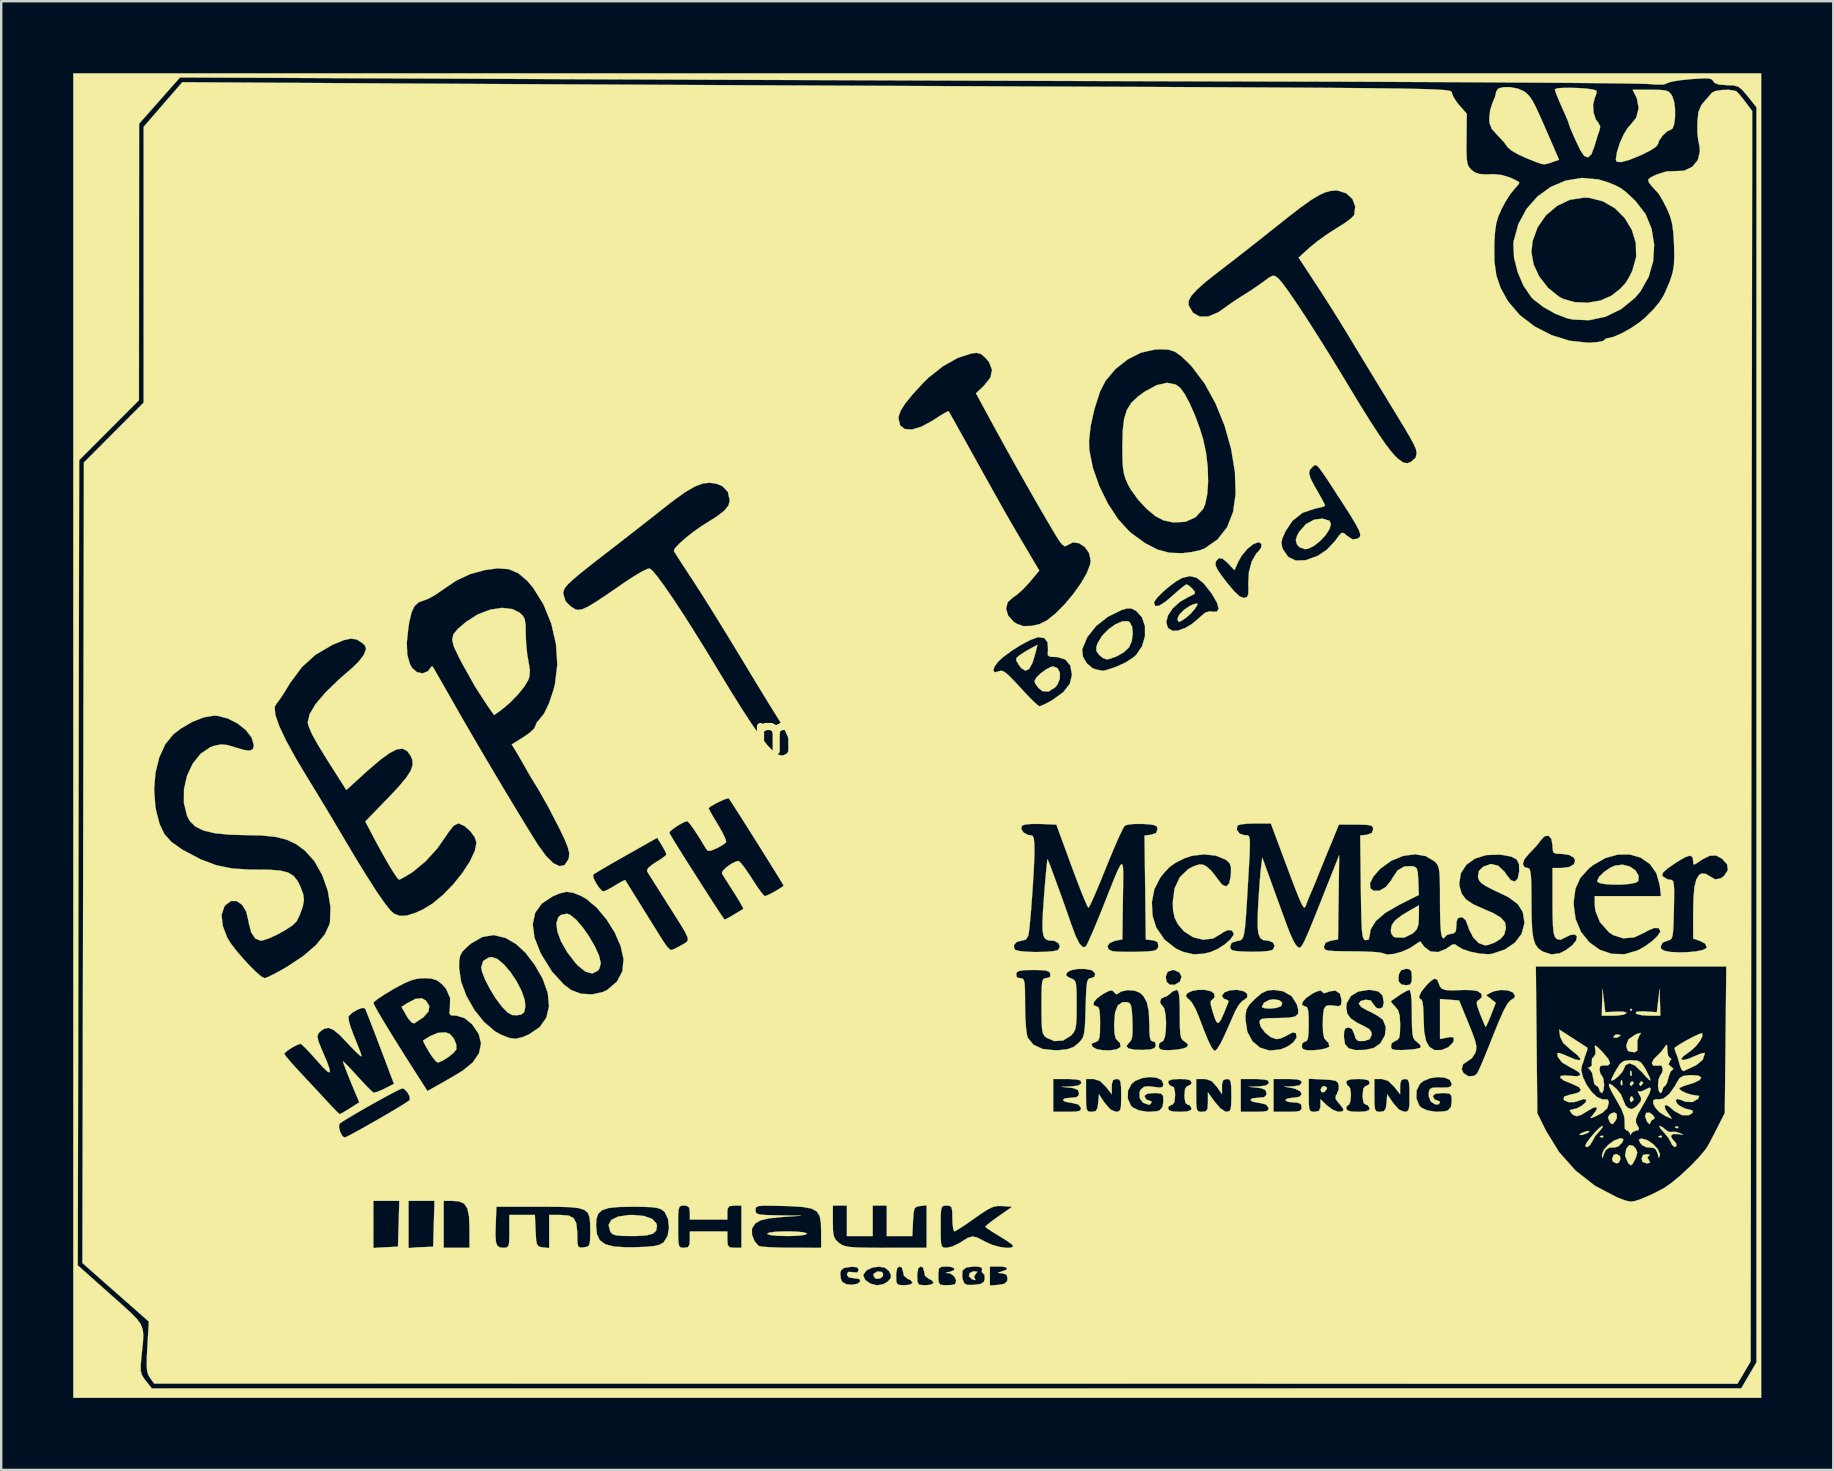
<source format=kicad_pcb>
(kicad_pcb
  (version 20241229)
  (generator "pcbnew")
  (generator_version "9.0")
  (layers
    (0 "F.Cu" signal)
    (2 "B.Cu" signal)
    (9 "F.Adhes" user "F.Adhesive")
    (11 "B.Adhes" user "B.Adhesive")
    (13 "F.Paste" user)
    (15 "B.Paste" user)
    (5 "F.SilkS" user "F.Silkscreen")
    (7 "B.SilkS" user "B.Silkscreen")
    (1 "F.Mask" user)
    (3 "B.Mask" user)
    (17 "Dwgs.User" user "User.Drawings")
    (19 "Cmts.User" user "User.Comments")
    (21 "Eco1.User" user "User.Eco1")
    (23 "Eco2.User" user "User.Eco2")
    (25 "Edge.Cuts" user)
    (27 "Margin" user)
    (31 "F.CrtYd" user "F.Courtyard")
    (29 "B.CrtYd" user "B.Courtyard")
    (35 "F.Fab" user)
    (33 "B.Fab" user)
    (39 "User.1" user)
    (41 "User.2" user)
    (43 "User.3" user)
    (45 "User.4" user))
  (footprint "maciot_logo"
    (layer "F.Cu")
    (at 35.174 27.554)
    (property "Reference" "maciot_logo" (at 0 0 0) (layer "F.SilkS") (effects (font (size 1.524 1.524) (thickness 0.3))))
    (attr through_hole)
    (fp_poly (pts (xy 29.796 11.479) (xy 29.747 11.528) (xy 29.698 11.479) (xy 29.747 11.43) (xy 29.796 11.479)) (stroke (width 0.01) (type solid)) (fill yes) (layer "F.SilkS"))
    (fp_poly (pts (xy 28.591 16.738) (xy 28.578 16.796) (xy 28.526 16.803) (xy 28.446 16.767) (xy 28.461 16.738) (xy 28.577 16.726) (xy 28.591 16.738)) (stroke (width 0.01) (type solid)) (fill yes) (layer "F.SilkS"))
    (fp_poly (pts (xy 29.374 14.44) (xy 29.386 14.593) (xy 29.367 14.627) (xy 29.322 14.598) (xy 29.315 14.499) (xy 29.339 14.395) (xy 29.374 14.44)) (stroke (width 0.01) (type solid)) (fill yes) (layer "F.SilkS"))
    (fp_poly (pts (xy 29.765 14.049) (xy 29.777 14.202) (xy 29.757 14.237) (xy 29.713 14.207) (xy 29.706 14.108) (xy 29.73 14.004) (xy 29.765 14.049)) (stroke (width 0.01) (type solid)) (fill yes) (layer "F.SilkS"))
    (fp_poly (pts (xy 31.034 16.738) (xy 31.02 16.796) (xy 30.968 16.803) (xy 30.888 16.767) (xy 30.903 16.738) (xy 31.019 16.726) (xy 31.034 16.738)) (stroke (width 0.01) (type solid)) (fill yes) (layer "F.SilkS"))
    (fp_poly (pts (xy 31.717 16.347) (xy 31.704 16.405) (xy 31.652 16.412) (xy 31.572 16.377) (xy 31.587 16.347) (xy 31.703 16.335) (xy 31.717 16.347)) (stroke (width 0.01) (type solid)) (fill yes) (layer "F.SilkS"))
    (fp_poly (pts (xy 17.072 14.711) (xy 17.074 14.77) (xy 16.977 14.899) (xy 16.859 14.915) (xy 16.803 14.809) (xy 16.882 14.674) (xy 16.958 14.654) (xy 17.072 14.711)) (stroke (width 0.01) (type solid)) (fill yes) (layer "F.SilkS"))
    (fp_poly (pts (xy 29.798 15.094) (xy 29.854 15.212) (xy 29.841 15.247) (xy 29.747 15.333) (xy 29.7 15.235) (xy 29.698 15.185) (xy 29.747 15.085) (xy 29.798 15.094)) (stroke (width 0.01) (type solid)) (fill yes) (layer "F.SilkS"))
    (fp_poly (pts (xy 27.98 16.58) (xy 27.94 16.608) (xy 27.731 16.689) (xy 27.647 16.697) (xy 27.589 16.669) (xy 27.696 16.608) (xy 27.903 16.534) (xy 28.01 16.525) (xy 27.98 16.58)) (stroke (width 0.01) (type solid)) (fill yes) (layer "F.SilkS"))
    (fp_poly (pts (xy 29.28 17.565) (xy 29.308 17.682) (xy 29.238 17.847) (xy 29.133 17.878) (xy 28.986 17.8) (xy 28.959 17.682) (xy 29.028 17.518) (xy 29.133 17.487) (xy 29.28 17.565)) (stroke (width 0.01) (type solid)) (fill yes) (layer "F.SilkS"))
    (fp_poly (pts (xy 29.291 12.526) (xy 29.308 12.543) (xy 29.231 12.606) (xy 29.161 12.638) (xy 29.035 12.64) (xy 29.015 12.599) (xy 29.094 12.515) (xy 29.161 12.505) (xy 29.291 12.526)) (stroke (width 0.01) (type solid)) (fill yes) (layer "F.SilkS"))
    (fp_poly (pts (xy 29.86 14.518) (xy 29.845 14.556) (xy 29.757 14.649) (xy 29.742 14.654) (xy 29.7 14.578) (xy 29.698 14.556) (xy 29.774 14.462) (xy 29.802 14.458) (xy 29.86 14.518)) (stroke (width 0.01) (type solid)) (fill yes) (layer "F.SilkS"))
    (fp_poly (pts (xy 30.251 14.518) (xy 30.236 14.556) (xy 30.148 14.649) (xy 30.132 14.654) (xy 30.09 14.578) (xy 30.089 14.556) (xy 30.164 14.462) (xy 30.193 14.458) (xy 30.251 14.518)) (stroke (width 0.01) (type solid)) (fill yes) (layer "F.SilkS"))
    (fp_poly (pts (xy -1.489 22.399) (xy -1.423 22.458) (xy -1.431 22.583) (xy -1.554 22.677) (xy -1.713 22.687) (xy -1.75 22.67) (xy -1.83 22.543) (xy -1.814 22.48) (xy -1.666 22.382) (xy -1.489 22.399)) (stroke (width 0.01) (type solid)) (fill yes) (layer "F.SilkS"))
    (fp_poly (pts (xy 29.153 15.822) (xy 29.154 15.989) (xy 29.094 16.105) (xy 28.984 16.24) (xy 28.908 16.217) (xy 28.843 16.121) (xy 28.784 15.949) (xy 28.877 15.819) (xy 29.047 15.749) (xy 29.153 15.822)) (stroke (width 0.01) (type solid)) (fill yes) (layer "F.SilkS"))
    (fp_poly (pts (xy 30.529 17.518) (xy 30.5 17.553) (xy 30.425 17.63) (xy 30.488 17.741) (xy 30.54 17.846) (xy 30.428 17.877) (xy 30.394 17.878) (xy 30.223 17.815) (xy 30.187 17.682) (xy 30.247 17.527) (xy 30.407 17.495) (xy 30.529 17.518)) (stroke (width 0.01) (type solid)) (fill yes) (layer "F.SilkS"))
    (fp_poly (pts (xy 30.648 15.855) (xy 30.736 15.979) (xy 30.703 16.022) (xy 30.588 16.102) (xy 30.56 16.171) (xy 30.516 16.248) (xy 30.43 16.16) (xy 30.399 16.111) (xy 30.327 15.899) (xy 30.382 15.77) (xy 30.525 15.766) (xy 30.648 15.855)) (stroke (width 0.01) (type solid)) (fill yes) (layer "F.SilkS"))
    (fp_poly (pts (xy -20.477 11.092) (xy -20.333 11.318) (xy -20.365 11.546) (xy -20.577 11.787) (xy -20.964 12.045) (xy -21.071 12.006) (xy -21.217 11.834) (xy -21.281 11.73) (xy -21.492 11.355) (xy -21.272 11.211) (xy -20.913 11.024) (xy -20.642 10.997) (xy -20.477 11.092)) (stroke (width 0.01) (type solid)) (fill yes) (layer "F.SilkS"))
    (fp_poly (pts (xy 2.508 22.391) (xy 2.467 22.452) (xy 2.454 22.46) (xy 2.371 22.588) (xy 2.387 22.654) (xy 2.43 22.742) (xy 2.356 22.731) (xy 2.271 22.698) (xy 2.154 22.582) (xy 2.183 22.449) (xy 2.337 22.374) (xy 2.369 22.373) (xy 2.508 22.391)) (stroke (width 0.01) (type solid)) (fill yes) (layer "F.SilkS"))
    (fp_poly (pts (xy 4.943 -3.453) (xy 4.809 -2.994) (xy 4.664 -2.729) (xy 4.506 -2.653) (xy 4.33 -2.765) (xy 4.233 -2.894) (xy 4.126 -3.079) (xy 4.136 -3.188) (xy 4.255 -3.292) (xy 4.483 -3.443) (xy 4.727 -3.582) (xy 5.008 -3.731) (xy 4.943 -3.453)) (stroke (width 0.01) (type solid)) (fill yes) (layer "F.SilkS"))
    (fp_poly (pts (xy 15.095 11.081) (xy 15.211 11.182) (xy 15.178 11.305) (xy 15.13 11.342) (xy 14.957 11.4) (xy 14.722 11.425) (xy 14.501 11.417) (xy 14.371 11.374) (xy 14.361 11.352) (xy 14.447 11.186) (xy 14.662 11.069) (xy 14.863 11.039) (xy 15.095 11.081)) (stroke (width 0.01) (type solid)) (fill yes) (layer "F.SilkS"))
    (fp_poly (pts (xy 28.615 11.088) (xy 28.673 11.577) (xy 29.142 11.552) (xy 29.429 11.554) (xy 29.554 11.596) (xy 29.552 11.626) (xy 29.427 11.682) (xy 29.175 11.717) (xy 29.009 11.723) (xy 28.526 11.723) (xy 28.542 11.161) (xy 28.557 10.6) (xy 28.615 11.088)) (stroke (width 0.01) (type solid)) (fill yes) (layer "F.SilkS"))
    (fp_poly (pts (xy 29.839 17.148) (xy 29.941 17.258) (xy 30.007 17.421) (xy 29.954 17.627) (xy 29.921 17.697) (xy 29.81 17.904) (xy 29.738 17.961) (xy 29.654 17.892) (xy 29.622 17.853) (xy 29.498 17.561) (xy 29.547 17.267) (xy 29.677 17.113) (xy 29.839 17.148)) (stroke (width 0.01) (type solid)) (fill yes) (layer "F.SilkS"))
    (fp_poly (pts (xy 30.953 11.161) (xy 30.968 11.723) (xy 30.486 11.723) (xy 30.194 11.704) (xy 29.989 11.654) (xy 29.939 11.62) (xy 29.98 11.556) (xy 30.21 11.54) (xy 30.348 11.546) (xy 30.822 11.577) (xy 30.88 11.088) (xy 30.938 10.6) (xy 30.953 11.161)) (stroke (width 0.01) (type solid)) (fill yes) (layer "F.SilkS"))
    (fp_poly (pts (xy 11.68 -5.409) (xy 11.578 -5.243) (xy 11.409 -5.043) (xy 11.19 -4.849) (xy 10.986 -4.717) (xy 10.896 -4.689) (xy 10.848 -4.768) (xy 10.844 -4.819) (xy 10.923 -4.993) (xy 11.117 -5.191) (xy 11.366 -5.359) (xy 11.512 -5.42) (xy 11.664 -5.458) (xy 11.68 -5.409)) (stroke (width 0.01) (type solid)) (fill yes) (layer "F.SilkS"))
    (fp_poly (pts (xy 5.852 -2.756) (xy 5.946 -2.562) (xy 5.942 -2.31) (xy 5.832 -2.058) (xy 5.745 -1.958) (xy 5.47 -1.783) (xy 5.219 -1.801) (xy 5.046 -1.937) (xy 4.921 -2.115) (xy 4.885 -2.222) (xy 4.961 -2.365) (xy 5.147 -2.546) (xy 5.378 -2.714) (xy 5.59 -2.82) (xy 5.663 -2.833) (xy 5.852 -2.756)) (stroke (width 0.01) (type solid)) (fill yes) (layer "F.SilkS"))
    (fp_poly (pts (xy 20.906 7.609) (xy 20.888 7.927) (xy 20.815 8.129) (xy 20.658 8.29) (xy 20.649 8.297) (xy 20.294 8.471) (xy 19.926 8.459) (xy 19.856 8.435) (xy 19.759 8.309) (xy 19.734 8.168) (xy 19.776 7.944) (xy 19.924 7.742) (xy 20.207 7.528) (xy 20.442 7.387) (xy 20.906 7.123) (xy 20.906 7.609)) (stroke (width 0.01) (type solid)) (fill yes) (layer "F.SilkS"))
    (fp_poly (pts (xy 28.567 16.37) (xy 28.457 16.504) (xy 28.441 16.519) (xy 28.247 16.75) (xy 28.132 16.959) (xy 28.034 17.119) (xy 27.92 17.202) (xy 27.847 17.172) (xy 27.842 17.135) (xy 27.903 17.008) (xy 28.052 16.807) (xy 28.241 16.586) (xy 28.421 16.404) (xy 28.543 16.316) (xy 28.553 16.315) (xy 28.567 16.37)) (stroke (width 0.01) (type solid)) (fill yes) (layer "F.SilkS"))
    (fp_poly (pts (xy 30.121 12.515) (xy 30.092 12.55) (xy 30.014 12.753) (xy 30.009 12.971) (xy 30.011 13.172) (xy 29.915 13.242) (xy 29.87 13.244) (xy 29.682 13.218) (xy 29.622 13.192) (xy 29.564 13.062) (xy 29.552 12.944) (xy 29.643 12.704) (xy 29.921 12.514) (xy 30.03 12.47) (xy 30.155 12.439) (xy 30.121 12.515)) (stroke (width 0.01) (type solid)) (fill yes) (layer "F.SilkS"))
    (fp_poly (pts (xy -5.018 20.722) (xy -4.731 20.751) (xy -4.597 20.796) (xy -4.592 20.808) (xy -4.683 20.856) (xy -4.936 20.89) (xy -5.315 20.905) (xy -5.422 20.906) (xy -5.826 20.895) (xy -6.113 20.866) (xy -6.247 20.821) (xy -6.252 20.808) (xy -6.16 20.761) (xy -5.908 20.727) (xy -5.529 20.711) (xy -5.422 20.711) (xy -5.018 20.722)) (stroke (width 0.01) (type solid)) (fill yes) (layer "F.SilkS"))
    (fp_poly (pts (xy 17.179 -8.901) (xy 17.243 -8.764) (xy 17.179 -8.553) (xy 17.02 -8.308) (xy 16.797 -8.064) (xy 16.544 -7.862) (xy 16.292 -7.738) (xy 16.164 -7.718) (xy 15.928 -7.8) (xy 15.824 -7.917) (xy 15.775 -8.09) (xy 15.834 -8.291) (xy 15.931 -8.461) (xy 16.202 -8.764) (xy 16.54 -8.948) (xy 16.892 -8.994) (xy 17.179 -8.901)) (stroke (width 0.01) (type solid)) (fill yes) (layer "F.SilkS"))
    (fp_poly (pts (xy 29.429 16.864) (xy 29.391 16.985) (xy 29.373 17.015) (xy 29.219 17.166) (xy 29.113 17.205) (xy 28.879 17.225) (xy 28.824 17.23) (xy 28.694 17.323) (xy 28.614 17.487) (xy 28.564 17.648) (xy 28.543 17.626) (xy 28.536 17.516) (xy 28.608 17.32) (xy 28.798 17.105) (xy 29.043 16.925) (xy 29.28 16.834) (xy 29.323 16.832) (xy 29.429 16.864)) (stroke (width 0.01) (type solid)) (fill yes) (layer "F.SilkS"))
    (fp_poly (pts (xy 29.696 5.506) (xy 29.934 5.67) (xy 30.064 5.892) (xy 30.051 6.113) (xy 29.936 6.184) (xy 29.689 6.232) (xy 29.363 6.259) (xy 29.011 6.262) (xy 28.687 6.243) (xy 28.443 6.2) (xy 28.333 6.134) (xy 28.331 6.123) (xy 28.412 5.941) (xy 28.618 5.734) (xy 28.893 5.55) (xy 29.076 5.469) (xy 29.394 5.429) (xy 29.696 5.506)) (stroke (width 0.01) (type solid)) (fill yes) (layer "F.SilkS"))
    (fp_poly (pts (xy 30.432 16.912) (xy 30.671 17.077) (xy 30.863 17.286) (xy 30.95 17.487) (xy 30.947 17.539) (xy 30.912 17.652) (xy 30.881 17.588) (xy 30.863 17.487) (xy 30.781 17.298) (xy 30.675 17.23) (xy 30.438 17.21) (xy 30.381 17.205) (xy 30.212 17.12) (xy 30.125 17.019) (xy 30.07 16.885) (xy 30.168 16.846) (xy 30.204 16.845) (xy 30.432 16.912)) (stroke (width 0.01) (type solid)) (fill yes) (layer "F.SilkS"))
    (fp_poly (pts (xy -11.382 20.07) (xy -11.048 20.191) (xy -10.869 20.38) (xy -10.844 20.501) (xy -10.882 20.687) (xy -11.016 20.808) (xy -11.274 20.877) (xy -11.687 20.904) (xy -11.886 20.906) (xy -12.294 20.9) (xy -12.55 20.877) (xy -12.698 20.826) (xy -12.781 20.74) (xy -12.794 20.718) (xy -12.863 20.446) (xy -12.753 20.237) (xy -12.473 20.097) (xy -12.028 20.031) (xy -11.849 20.027) (xy -11.382 20.07)) (stroke (width 0.01) (type solid)) (fill yes) (layer "F.SilkS"))
    (fp_poly (pts (xy 8.853 -4.679) (xy 8.955 -4.487) (xy 8.982 -4.193) (xy 8.938 -3.877) (xy 8.828 -3.626) (xy 8.612 -3.424) (xy 8.3 -3.245) (xy 7.988 -3.138) (xy 7.883 -3.126) (xy 7.72 -3.193) (xy 7.573 -3.319) (xy 7.462 -3.482) (xy 7.466 -3.654) (xy 7.522 -3.809) (xy 7.703 -4.109) (xy 7.964 -4.378) (xy 8.26 -4.589) (xy 8.548 -4.711) (xy 8.782 -4.717) (xy 8.853 -4.679)) (stroke (width 0.01) (type solid)) (fill yes) (layer "F.SilkS"))
    (fp_poly (pts (xy -19.48 12.482) (xy -19.317 12.665) (xy -19.211 12.912) (xy -19.205 13.125) (xy -19.207 13.131) (xy -19.324 13.274) (xy -19.541 13.448) (xy -19.781 13.599) (xy -19.97 13.675) (xy -19.99 13.677) (xy -20.085 13.6) (xy -20.236 13.402) (xy -20.35 13.226) (xy -20.495 12.973) (xy -20.582 12.802) (xy -20.593 12.756) (xy -20.499 12.698) (xy -20.31 12.58) (xy -20.299 12.573) (xy -19.972 12.437) (xy -19.655 12.418) (xy -19.48 12.482)) (stroke (width 0.01) (type solid)) (fill yes) (layer "F.SilkS"))
    (fp_poly (pts (xy -14.465 7.519) (xy -14.221 7.715) (xy -13.945 8.035) (xy -13.671 8.428) (xy -13.432 8.841) (xy -13.26 9.223) (xy -13.189 9.519) (xy -13.188 9.536) (xy -13.244 9.757) (xy -13.306 9.847) (xy -13.541 9.964) (xy -13.821 9.893) (xy -14.142 9.634) (xy -14.231 9.539) (xy -14.585 9.08) (xy -14.844 8.629) (xy -14.997 8.215) (xy -15.038 7.868) (xy -14.956 7.615) (xy -14.849 7.522) (xy -14.593 7.472) (xy -14.465 7.519)) (stroke (width 0.01) (type solid)) (fill yes) (layer "F.SilkS"))
    (fp_poly (pts (xy -17.487 9.366) (xy -17.218 9.593) (xy -16.941 9.92) (xy -16.687 10.304) (xy -16.482 10.704) (xy -16.356 11.075) (xy -16.332 11.341) (xy -16.377 11.572) (xy -16.492 11.673) (xy -16.669 11.704) (xy -16.876 11.696) (xy -17.057 11.601) (xy -17.273 11.384) (xy -17.322 11.328) (xy -17.57 10.996) (xy -17.808 10.609) (xy -18.006 10.223) (xy -18.136 9.891) (xy -18.171 9.706) (xy -18.088 9.445) (xy -17.864 9.299) (xy -17.72 9.281) (xy -17.487 9.366)) (stroke (width 0.01) (type solid)) (fill yes) (layer "F.SilkS"))
    (fp_poly (pts (xy 31.082 16.382) (xy 31.168 16.466) (xy 31.328 16.568) (xy 31.424 16.566) (xy 31.609 16.564) (xy 31.774 16.613) (xy 31.913 16.678) (xy 31.877 16.685) (xy 31.732 16.658) (xy 31.5 16.654) (xy 31.405 16.734) (xy 31.473 16.872) (xy 31.507 16.902) (xy 31.633 17.054) (xy 31.633 17.168) (xy 31.561 17.194) (xy 31.461 17.114) (xy 31.411 17.008) (xy 31.304 16.815) (xy 31.12 16.591) (xy 31.098 16.569) (xy 30.959 16.407) (xy 30.929 16.32) (xy 30.943 16.315) (xy 31.082 16.382)) (stroke (width 0.01) (type solid)) (fill yes) (layer "F.SilkS"))
    (fp_poly (pts (xy 30.008 13.596) (xy 30.168 13.678) (xy 30.306 13.873) (xy 30.364 13.979) (xy 30.516 14.279) (xy 30.56 14.417) (xy 30.496 14.394) (xy 30.318 14.211) (xy 30.199 14.076) (xy 29.911 13.8) (xy 29.681 13.704) (xy 29.514 13.787) (xy 29.435 13.966) (xy 29.356 14.1) (xy 29.213 14.253) (xy 29.059 14.379) (xy 28.944 14.433) (xy 28.917 14.407) (xy 28.961 14.295) (xy 29.073 14.079) (xy 29.137 13.966) (xy 29.294 13.724) (xy 29.448 13.612) (xy 29.678 13.581) (xy 29.754 13.58) (xy 30.008 13.596)) (stroke (width 0.01) (type solid)) (fill yes) (layer "F.SilkS"))
    (fp_poly (pts (xy -16.862 -5.22) (xy -16.572 -5.073) (xy -16.434 -4.945) (xy -16.356 -4.797) (xy -16.322 -4.571) (xy -16.315 -4.209) (xy -16.315 -4.201) (xy -16.297 -3.764) (xy -16.251 -3.322) (xy -16.202 -3.044) (xy -16.141 -2.682) (xy -16.16 -2.414) (xy -16.208 -2.267) (xy -16.374 -1.99) (xy -16.647 -1.655) (xy -16.977 -1.317) (xy -17.313 -1.033) (xy -17.356 -1.002) (xy -17.633 -0.806) (xy -17.919 -1.209) (xy -18.43 -1.998) (xy -18.968 -2.96) (xy -19.122 -3.258) (xy -19.309 -3.653) (xy -19.381 -3.94) (xy -19.329 -4.172) (xy -19.138 -4.405) (xy -18.801 -4.689) (xy -18.312 -5.001) (xy -17.798 -5.198) (xy -17.301 -5.273) (xy -16.862 -5.22)) (stroke (width 0.01) (type solid)) (fill yes) (layer "F.SilkS"))
    (fp_poly (pts (xy 32.711 12.456) (xy 32.718 12.586) (xy 32.612 12.789) (xy 32.43 13.015) (xy 32.208 13.209) (xy 32.165 13.237) (xy 31.916 13.42) (xy 31.836 13.535) (xy 31.912 13.572) (xy 32.127 13.523) (xy 32.439 13.393) (xy 32.67 13.297) (xy 32.807 13.272) (xy 32.825 13.287) (xy 32.735 13.559) (xy 32.463 13.784) (xy 32.35 13.84) (xy 32.109 13.951) (xy 31.951 14.025) (xy 31.932 14.034) (xy 31.859 13.98) (xy 31.8 13.847) (xy 31.736 13.633) (xy 31.71 13.53) (xy 31.655 13.364) (xy 31.61 13.258) (xy 31.56 13.102) (xy 31.567 13.055) (xy 31.787 12.908) (xy 32.063 12.746) (xy 32.343 12.598) (xy 32.574 12.491) (xy 32.702 12.452) (xy 32.711 12.456)) (stroke (width 0.01) (type solid)) (fill yes) (layer "F.SilkS"))
    (fp_poly (pts (xy 30.561 -26.865) (xy 30.943 -26.86) (xy 31.179 -26.838) (xy 31.319 -26.782) (xy 31.414 -26.678) (xy 31.466 -26.59) (xy 31.543 -26.363) (xy 31.58 -26.059) (xy 31.581 -25.734) (xy 31.547 -25.447) (xy 31.481 -25.254) (xy 31.413 -25.205) (xy 31.251 -25.13) (xy 31.064 -24.953) (xy 30.917 -24.746) (xy 30.871 -24.605) (xy 30.784 -24.489) (xy 30.543 -24.329) (xy 30.181 -24.148) (xy 30.18 -24.147) (xy 29.678 -23.942) (xy 29.334 -23.848) (xy 29.148 -23.867) (xy 29.112 -23.944) (xy 29.159 -24.266) (xy 29.281 -24.647) (xy 29.446 -25.016) (xy 29.626 -25.298) (xy 29.706 -25.38) (xy 29.964 -25.703) (xy 30.063 -26.097) (xy 29.988 -26.505) (xy 29.96 -26.567) (xy 29.811 -26.865) (xy 30.561 -26.865)) (stroke (width 0.01) (type solid)) (fill yes) (layer "F.SilkS"))
    (fp_poly (pts (xy 28.377 13.056) (xy 28.564 13.246) (xy 28.799 13.524) (xy 28.874 13.709) (xy 28.789 13.795) (xy 28.639 13.793) (xy 28.471 13.816) (xy 28.428 13.958) (xy 28.472 14.148) (xy 28.526 14.214) (xy 28.592 14.344) (xy 28.623 14.581) (xy 28.624 14.611) (xy 28.599 14.834) (xy 28.538 14.945) (xy 28.526 14.947) (xy 28.439 14.868) (xy 28.428 14.8) (xy 28.363 14.67) (xy 28.306 14.654) (xy 28.217 14.567) (xy 28.173 14.354) (xy 28.173 14.35) (xy 28.125 14.109) (xy 28.027 13.961) (xy 27.942 13.891) (xy 28.025 13.874) (xy 28.117 13.799) (xy 28.109 13.683) (xy 28.121 13.509) (xy 28.183 13.447) (xy 28.264 13.32) (xy 28.257 13.139) (xy 28.236 12.996) (xy 28.266 12.965) (xy 28.377 13.056)) (stroke (width 0.01) (type solid)) (fill yes) (layer "F.SilkS"))
    (fp_poly (pts (xy 10.772 -14.579) (xy 10.953 -14.447) (xy 11.144 -14.188) (xy 11.36 -13.784) (xy 11.58 -13.282) (xy 11.783 -12.727) (xy 11.916 -12.294) (xy 12.037 -11.728) (xy 12.106 -11.126) (xy 12.122 -10.535) (xy 12.086 -10.005) (xy 11.998 -9.584) (xy 11.916 -9.397) (xy 11.599 -9.049) (xy 11.178 -8.859) (xy 10.675 -8.831) (xy 10.258 -8.921) (xy 9.924 -9.097) (xy 9.554 -9.402) (xy 9.195 -9.791) (xy 8.894 -10.214) (xy 8.789 -10.404) (xy 8.682 -10.642) (xy 8.612 -10.87) (xy 8.572 -11.14) (xy 8.553 -11.503) (xy 8.548 -12.009) (xy 8.548 -12.016) (xy 8.564 -12.658) (xy 8.621 -13.145) (xy 8.736 -13.519) (xy 8.926 -13.82) (xy 9.206 -14.086) (xy 9.476 -14.282) (xy 9.978 -14.554) (xy 10.412 -14.653) (xy 10.772 -14.579)) (stroke (width 0.01) (type solid)) (fill yes) (layer "F.SilkS"))
    (fp_poly (pts (xy 27.561 -26.935) (xy 27.896 -26.911) (xy 28.161 -26.875) (xy 28.301 -26.83) (xy 28.304 -26.827) (xy 28.307 -26.708) (xy 28.237 -26.531) (xy 28.165 -26.248) (xy 28.183 -25.916) (xy 28.28 -25.623) (xy 28.377 -25.5) (xy 28.465 -25.329) (xy 28.43 -25.173) (xy 28.354 -24.951) (xy 28.259 -24.638) (xy 28.219 -24.496) (xy 28.094 -24.173) (xy 27.951 -24.043) (xy 27.794 -24.106) (xy 27.631 -24.35) (xy 27.468 -24.687) (xy 27.321 -25.014) (xy 27.21 -25.278) (xy 27.159 -25.427) (xy 27.158 -25.437) (xy 27.121 -25.547) (xy 27.021 -25.785) (xy 26.88 -26.101) (xy 26.865 -26.133) (xy 26.721 -26.463) (xy 26.616 -26.729) (xy 26.573 -26.877) (xy 26.572 -26.882) (xy 26.661 -26.921) (xy 26.89 -26.941) (xy 27.208 -26.945) (xy 27.561 -26.935)) (stroke (width 0.01) (type solid)) (fill yes) (layer "F.SilkS"))
    (fp_poly (pts (xy 24.711 -26.972) (xy 25.015 -26.915) (xy 25.281 -26.802) (xy 25.362 -26.743) (xy 25.462 -26.651) (xy 25.553 -26.543) (xy 25.65 -26.392) (xy 25.765 -26.171) (xy 25.914 -25.853) (xy 26.111 -25.411) (xy 26.37 -24.817) (xy 26.379 -24.795) (xy 26.748 -23.947) (xy 26.45 -23.843) (xy 26.28 -23.784) (xy 26.153 -23.758) (xy 26.016 -23.773) (xy 25.819 -23.838) (xy 25.51 -23.962) (xy 25.364 -24.021) (xy 25.022 -24.179) (xy 24.749 -24.34) (xy 24.6 -24.471) (xy 24.595 -24.48) (xy 24.465 -24.661) (xy 24.254 -24.894) (xy 24.167 -24.98) (xy 23.946 -25.228) (xy 23.851 -25.47) (xy 23.837 -25.677) (xy 23.876 -26.011) (xy 23.97 -26.315) (xy 23.983 -26.341) (xy 24.087 -26.592) (xy 24.129 -26.792) (xy 24.213 -26.913) (xy 24.426 -26.972) (xy 24.711 -26.972)) (stroke (width 0.01) (type solid)) (fill yes) (layer "F.SilkS"))
    (fp_poly (pts (xy 31.251 12.98) (xy 31.259 13.164) (xy 31.29 13.38) (xy 31.363 13.481) (xy 31.371 13.482) (xy 31.427 13.524) (xy 31.366 13.62) (xy 31.31 13.752) (xy 31.427 13.861) (xy 31.52 13.942) (xy 31.486 13.967) (xy 31.392 14.055) (xy 31.314 14.266) (xy 31.304 14.312) (xy 31.24 14.537) (xy 31.165 14.651) (xy 31.153 14.654) (xy 31.076 14.733) (xy 31.066 14.8) (xy 31.013 14.93) (xy 30.968 14.947) (xy 30.903 14.861) (xy 30.871 14.651) (xy 30.871 14.611) (xy 30.897 14.367) (xy 30.96 14.221) (xy 30.968 14.214) (xy 31.049 14.077) (xy 31.066 13.953) (xy 31.023 13.805) (xy 30.871 13.803) (xy 30.673 13.805) (xy 30.613 13.7) (xy 30.699 13.527) (xy 30.792 13.434) (xy 31.001 13.225) (xy 31.146 13.035) (xy 31.22 12.93) (xy 31.251 12.98)) (stroke (width 0.01) (type solid)) (fill yes) (layer "F.SilkS"))
    (fp_poly (pts (xy 28.955 14.614) (xy 29.146 14.778) (xy 29.326 15.004) (xy 29.42 15.232) (xy 29.515 15.459) (xy 29.624 15.571) (xy 29.779 15.616) (xy 29.943 15.523) (xy 30.013 15.457) (xy 30.157 15.286) (xy 30.165 15.147) (xy 30.099 15.019) (xy 30.028 14.885) (xy 30.044 14.874) (xy 30.173 14.88) (xy 30.35 14.798) (xy 30.52 14.716) (xy 30.573 14.772) (xy 30.507 14.97) (xy 30.323 15.316) (xy 30.225 15.481) (xy 30.038 15.812) (xy 29.952 16.029) (xy 29.953 16.175) (xy 29.982 16.237) (xy 30.078 16.423) (xy 30.046 16.499) (xy 29.951 16.51) (xy 29.794 16.584) (xy 29.763 16.632) (xy 29.719 16.704) (xy 29.706 16.632) (xy 29.621 16.52) (xy 29.572 16.51) (xy 29.484 16.427) (xy 29.482 16.192) (xy 29.467 15.936) (xy 29.353 15.627) (xy 29.169 15.295) (xy 28.94 14.894) (xy 28.827 14.649) (xy 28.832 14.556) (xy 28.955 14.614)) (stroke (width 0.01) (type solid)) (fill yes) (layer "F.SilkS"))
    (fp_poly (pts (xy 32.552 14.219) (xy 32.671 14.291) (xy 32.616 14.395) (xy 32.391 14.512) (xy 32.178 14.58) (xy 31.923 14.661) (xy 31.77 14.733) (xy 31.75 14.756) (xy 31.833 14.845) (xy 32.032 14.943) (xy 32.271 15.019) (xy 32.45 15.045) (xy 32.588 15.067) (xy 32.556 15.16) (xy 32.532 15.191) (xy 32.307 15.322) (xy 32.008 15.306) (xy 31.847 15.24) (xy 31.668 15.191) (xy 31.606 15.26) (xy 31.676 15.397) (xy 31.77 15.478) (xy 31.998 15.594) (xy 32.163 15.631) (xy 32.314 15.676) (xy 32.309 15.776) (xy 32.15 15.872) (xy 32.144 15.874) (xy 31.861 15.866) (xy 31.545 15.692) (xy 31.415 15.575) (xy 31.237 15.449) (xy 31.147 15.476) (xy 31.175 15.621) (xy 31.262 15.755) (xy 31.392 15.929) (xy 31.442 16.013) (xy 31.44 16.015) (xy 31.338 15.974) (xy 31.164 15.895) (xy 30.932 15.745) (xy 30.762 15.561) (xy 30.671 15.382) (xy 30.675 15.248) (xy 30.792 15.199) (xy 30.876 15.213) (xy 31.102 15.177) (xy 31.348 14.976) (xy 31.587 14.637) (xy 31.652 14.512) (xy 31.767 14.326) (xy 31.918 14.235) (xy 32.176 14.202) (xy 32.256 14.199) (xy 32.552 14.219)) (stroke (width 0.01) (type solid)) (fill yes) (layer "F.SilkS"))
    (fp_poly (pts (xy 28.378 -23.129) (xy 28.772 -23.011) (xy 29.073 -22.89) (xy 29.296 -22.776) (xy 29.5 -22.629) (xy 29.744 -22.408) (xy 29.947 -22.21) (xy 30.35 -21.685) (xy 30.604 -21.071) (xy 30.71 -20.404) (xy 30.669 -19.723) (xy 30.481 -19.066) (xy 30.145 -18.469) (xy 29.915 -18.197) (xy 29.336 -17.723) (xy 28.686 -17.407) (xy 28 -17.259) (xy 27.31 -17.289) (xy 27.079 -17.341) (xy 26.593 -17.528) (xy 26.107 -17.801) (xy 25.7 -18.111) (xy 25.581 -18.233) (xy 25.262 -18.702) (xy 25.018 -19.272) (xy 24.87 -19.873) (xy 24.859 -20.101) (xy 25.595 -20.101) (xy 25.684 -19.587) (xy 25.926 -19.073) (xy 26.287 -18.61) (xy 26.732 -18.25) (xy 26.913 -18.151) (xy 27.394 -18.012) (xy 27.935 -17.99) (xy 28.467 -18.079) (xy 28.915 -18.274) (xy 28.988 -18.325) (xy 29.306 -18.58) (xy 29.518 -18.809) (xy 29.686 -19.086) (xy 29.801 -19.327) (xy 29.96 -19.897) (xy 29.946 -20.473) (xy 29.781 -21.023) (xy 29.483 -21.517) (xy 29.074 -21.925) (xy 28.572 -22.216) (xy 27.998 -22.36) (xy 27.793 -22.37) (xy 27.199 -22.278) (xy 26.659 -22.022) (xy 26.2 -21.63) (xy 25.853 -21.132) (xy 25.644 -20.556) (xy 25.595 -20.101) (xy 24.859 -20.101) (xy 24.842 -20.432) (xy 24.855 -20.55) (xy 25.05 -21.267) (xy 25.389 -21.895) (xy 25.849 -22.417) (xy 26.402 -22.817) (xy 27.025 -23.079) (xy 27.692 -23.189) (xy 28.378 -23.129)) (stroke (width 0.01) (type solid)) (fill yes) (layer "F.SilkS"))
    (fp_poly (pts (xy 27.322 12.666) (xy 27.611 12.853) (xy 27.827 12.993) (xy 27.927 13.058) (xy 27.928 13.059) (xy 27.923 13.153) (xy 27.884 13.258) (xy 27.813 13.452) (xy 27.796 13.53) (xy 27.741 13.698) (xy 27.713 13.748) (xy 27.668 13.978) (xy 27.738 14.277) (xy 27.892 14.598) (xy 28.1 14.893) (xy 28.331 15.114) (xy 28.556 15.213) (xy 28.638 15.208) (xy 28.785 15.222) (xy 28.819 15.354) (xy 28.757 15.579) (xy 28.551 15.769) (xy 28.284 15.909) (xy 28.092 15.989) (xy 28.055 15.978) (xy 28.15 15.864) (xy 28.162 15.851) (xy 28.315 15.64) (xy 28.313 15.537) (xy 28.173 15.558) (xy 27.966 15.676) (xy 27.672 15.856) (xy 27.475 15.913) (xy 27.329 15.853) (xy 27.256 15.777) (xy 27.188 15.662) (xy 27.28 15.631) (xy 27.296 15.631) (xy 27.49 15.584) (xy 27.695 15.473) (xy 27.849 15.341) (xy 27.886 15.232) (xy 27.884 15.229) (xy 27.766 15.197) (xy 27.647 15.24) (xy 27.387 15.324) (xy 27.132 15.324) (xy 26.958 15.244) (xy 26.932 15.202) (xy 26.963 15.097) (xy 27.163 15.024) (xy 27.255 15.007) (xy 27.553 14.927) (xy 27.659 14.82) (xy 27.572 14.696) (xy 27.292 14.566) (xy 27.27 14.558) (xy 26.951 14.427) (xy 26.798 14.314) (xy 26.812 14.236) (xy 27 14.211) (xy 27.199 14.228) (xy 27.508 14.246) (xy 27.638 14.197) (xy 27.587 14.092) (xy 27.354 13.943) (xy 27.219 13.878) (xy 26.869 13.671) (xy 26.697 13.442) (xy 26.67 13.287) (xy 26.747 13.276) (xy 26.942 13.341) (xy 27.056 13.393) (xy 27.409 13.542) (xy 27.605 13.58) (xy 27.638 13.516) (xy 27.503 13.357) (xy 27.226 13.136) (xy 26.92 12.861) (xy 26.79 12.599) (xy 26.785 12.569) (xy 26.754 12.298) (xy 27.322 12.666)) (stroke (width 0.01) (type solid)) (fill yes) (layer "F.SilkS"))
    (fp_poly (pts (xy 35.169 27.647) (xy -35.169 27.647) (xy -35.169 22.127) (xy -34.983 22.127) (xy -33.611 23.348) (xy -33.128 23.777) (xy -32.77 24.102) (xy -32.52 24.358) (xy -32.361 24.577) (xy -32.277 24.791) (xy -32.251 25.034) (xy -32.267 25.337) (xy -32.309 25.735) (xy -32.325 25.888) (xy -32.359 26.27) (xy -32.358 26.517) (xy -32.313 26.692) (xy -32.214 26.853) (xy -32.148 26.939) (xy -31.897 27.256) (xy 34.339 27.252) (xy 34.974 26.166) (xy 34.974 -26.133) (xy 34.608 -26.592) (xy 34.391 -26.849) (xy 34.221 -26.987) (xy 34.026 -27.043) (xy 33.739 -27.056) (xy 33.405 -27.079) (xy 33.226 -27.149) (xy 33.176 -27.218) (xy 33.123 -27.29) (xy 33.009 -27.33) (xy 32.795 -27.339) (xy 32.444 -27.321) (xy 32.213 -27.304) (xy 31.811 -27.262) (xy 31.487 -27.211) (xy 31.286 -27.157) (xy 31.247 -27.132) (xy 31.109 -27.082) (xy 30.8 -27.079) (xy 30.514 -27.102) (xy 30.341 -27.11) (xy 29.985 -27.118) (xy 29.455 -27.127) (xy 28.763 -27.135) (xy 27.92 -27.144) (xy 26.938 -27.152) (xy 25.827 -27.16) (xy 24.599 -27.168) (xy 23.265 -27.176) (xy 21.836 -27.183) (xy 20.322 -27.189) (xy 18.737 -27.196) (xy 17.089 -27.201) (xy 15.392 -27.206) (xy 14.752 -27.207) (xy 12.712 -27.212) (xy 10.507 -27.218) (xy 8.168 -27.225) (xy 5.724 -27.232) (xy 3.207 -27.24) (xy 0.646 -27.249) (xy -1.928 -27.258) (xy -4.484 -27.267) (xy -6.993 -27.276) (xy -9.423 -27.285) (xy -11.745 -27.294) (xy -13.928 -27.303) (xy -15.533 -27.31) (xy -30.724 -27.377) (xy -31.576 -26.413) (xy -32.427 -25.449) (xy -32.434 -13.924) (xy -33.679 -12.676) (xy -34.925 -11.427) (xy -34.954 5.35) (xy -34.983 22.127) (xy -35.169 22.127) (xy -35.169 -27.549) (xy 35.169 -27.549) (xy 35.169 27.647)) (stroke (width 0.01) (type solid)) (fill yes) (layer "F.SilkS"))
    (fp_poly (pts (xy -20.515 -27.119) (xy -19.226 -27.112) (xy -17.761 -27.104) (xy -16.142 -27.096) (xy -14.388 -27.087) (xy -12.521 -27.078) (xy -10.561 -27.068) (xy -8.528 -27.059) (xy -6.443 -27.049) (xy -4.326 -27.04) (xy -2.198 -27.03) (xy -0.078 -27.021) (xy 2.012 -27.012) (xy 4.052 -27.003) (xy 5.935 -26.996) (xy 8.029 -26.987) (xy 9.937 -26.98) (xy 11.666 -26.972) (xy 13.226 -26.965) (xy 14.626 -26.958) (xy 15.874 -26.951) (xy 16.978 -26.944) (xy 17.948 -26.937) (xy 18.792 -26.929) (xy 19.519 -26.921) (xy 20.138 -26.913) (xy 20.657 -26.903) (xy 21.085 -26.893) (xy 21.43 -26.882) (xy 21.702 -26.869) (xy 21.909 -26.856) (xy 22.059 -26.841) (xy 22.162 -26.824) (xy 22.226 -26.806) (xy 22.26 -26.786) (xy 22.273 -26.765) (xy 22.274 -26.755) (xy 22.335 -26.581) (xy 22.491 -26.34) (xy 22.588 -26.221) (xy 22.902 -25.863) (xy 22.891 -24.796) (xy 22.889 -24.318) (xy 22.9 -23.996) (xy 22.931 -23.787) (xy 22.986 -23.651) (xy 23.074 -23.548) (xy 23.084 -23.539) (xy 23.239 -23.42) (xy 23.422 -23.356) (xy 23.689 -23.336) (xy 24.048 -23.346) (xy 24.362 -23.31) (xy 24.721 -23.201) (xy 25.022 -23.053) (xy 25.093 -23) (xy 25.055 -22.919) (xy 24.917 -22.759) (xy 24.883 -22.725) (xy 24.707 -22.503) (xy 24.504 -22.182) (xy 24.36 -21.913) (xy 24.221 -21.601) (xy 24.132 -21.307) (xy 24.081 -20.965) (xy 24.052 -20.508) (xy 24.048 -20.397) (xy 24.053 -19.7) (xy 24.134 -19.127) (xy 24.305 -18.618) (xy 24.583 -18.109) (xy 24.641 -18.02) (xy 25.115 -17.469) (xy 25.727 -17) (xy 26.434 -16.638) (xy 27.188 -16.404) (xy 27.943 -16.324) (xy 28.041 -16.326) (xy 28.349 -16.349) (xy 28.56 -16.389) (xy 28.624 -16.428) (xy 28.704 -16.5) (xy 28.776 -16.51) (xy 29.021 -16.567) (xy 29.36 -16.716) (xy 29.735 -16.925) (xy 30.091 -17.165) (xy 30.333 -17.366) (xy 30.688 -17.722) (xy 30.931 -18.014) (xy 31.107 -18.299) (xy 31.192 -18.479) (xy 31.37 -18.902) (xy 31.48 -19.243) (xy 31.535 -19.572) (xy 31.549 -19.963) (xy 31.539 -20.387) (xy 31.51 -20.898) (xy 31.459 -21.278) (xy 31.373 -21.595) (xy 31.252 -21.885) (xy 31.094 -22.2) (xy 30.945 -22.457) (xy 30.862 -22.572) (xy 30.606 -22.849) (xy 30.476 -23.022) (xy 30.469 -23.133) (xy 30.58 -23.221) (xy 30.794 -23.324) (xy 31.222 -23.462) (xy 31.532 -23.471) (xy 31.953 -23.488) (xy 32.296 -23.652) (xy 32.528 -23.932) (xy 32.617 -24.297) (xy 32.599 -24.495) (xy 32.541 -24.808) (xy 32.514 -25.05) (xy 32.51 -25.321) (xy 32.516 -25.566) (xy 32.557 -25.944) (xy 32.672 -26.215) (xy 32.774 -26.347) (xy 32.964 -26.563) (xy 33.108 -26.729) (xy 33.12 -26.743) (xy 33.277 -26.816) (xy 33.544 -26.856) (xy 33.839 -26.86) (xy 34.076 -26.822) (xy 34.144 -26.791) (xy 34.258 -26.674) (xy 34.433 -26.46) (xy 34.519 -26.347) (xy 34.796 -25.976) (xy 34.763 0.078) (xy 34.73 26.133) (xy 34.457 26.597) (xy 34.184 27.061) (xy -31.799 27.055) (xy -31.972 26.817) (xy -32.049 26.686) (xy -32.094 26.522) (xy -32.111 26.282) (xy -32.104 25.925) (xy -32.083 25.526) (xy -32.021 24.472) (xy -33.406 23.251) (xy -34.313 22.45) (xy -3.207 22.45) (xy -3.183 22.691) (xy -3.118 22.822) (xy -2.947 22.915) (xy -2.707 22.936) (xy -2.486 22.891) (xy -2.368 22.787) (xy -2.419 22.694) (xy -2.63 22.665) (xy -2.859 22.628) (xy -2.896 22.567) (xy -2.247 22.567) (xy -2.162 22.739) (xy -1.955 22.885) (xy -1.697 22.956) (xy -1.661 22.958) (xy -1.399 22.906) (xy -1.228 22.804) (xy -1.102 22.658) (xy -1.097 22.567) (xy -0.879 22.567) (xy -0.869 22.817) (xy -0.805 22.928) (xy -0.638 22.957) (xy -0.537 22.958) (xy -0.311 22.931) (xy -0.198 22.865) (xy -0.195 22.851) (xy -0.277 22.743) (xy -0.391 22.693) (xy -0.549 22.567) (xy 0 22.567) (xy 0.01 22.817) (xy 0.074 22.928) (xy 0.241 22.957) (xy 0.342 22.958) (xy 0.568 22.931) (xy 0.681 22.865) (xy 0.684 22.851) (xy 0.602 22.743) (xy 0.488 22.693) (xy 0.33 22.567) (xy 0.879 22.567) (xy 0.89 22.817) (xy 0.953 22.928) (xy 1.116 22.957) (xy 1.205 22.958) (xy 1.443 22.943) (xy 1.581 22.907) (xy 1.585 22.903) (xy 1.62 22.754) (xy 1.549 22.604) (xy 1.873 22.604) (xy 1.898 22.719) (xy 1.959 22.876) (xy 2.077 22.941) (xy 2.314 22.943) (xy 2.372 22.939) (xy 2.642 22.901) (xy 2.773 22.819) (xy 2.815 22.689) (xy 2.802 22.519) (xy 2.745 22.469) (xy 2.686 22.398) (xy 2.7 22.323) (xy 2.696 22.228) (xy 2.562 22.184) (xy 2.352 22.176) (xy 3.028 22.176) (xy 3.028 22.969) (xy 3.387 22.939) (xy 3.634 22.895) (xy 3.741 22.795) (xy 3.762 22.689) (xy 3.73 22.521) (xy 3.568 22.461) (xy 3.525 22.458) (xy 3.371 22.444) (xy 3.402 22.417) (xy 3.468 22.4) (xy 3.704 22.315) (xy 3.749 22.237) (xy 3.604 22.185) (xy 3.439 22.176) (xy 3.028 22.176) (xy 2.352 22.176) (xy 2.037 22.216) (xy 1.884 22.35) (xy 1.873 22.604) (xy 1.549 22.604) (xy 1.538 22.581) (xy 1.385 22.467) (xy 1.332 22.456) (xy 1.19 22.443) (xy 1.234 22.422) (xy 1.343 22.4) (xy 1.531 22.331) (xy 1.544 22.251) (xy 1.4 22.191) (xy 1.221 22.176) (xy 1.002 22.188) (xy 0.905 22.261) (xy 0.88 22.452) (xy 0.879 22.567) (xy 0.33 22.567) (xy 0.324 22.562) (xy 0.293 22.409) (xy 0.24 22.221) (xy 0.147 22.176) (xy 0.045 22.241) (xy 0.003 22.455) (xy 0 22.567) (xy -0.549 22.567) (xy -0.555 22.562) (xy -0.586 22.409) (xy -0.639 22.221) (xy -0.733 22.176) (xy -0.835 22.241) (xy -0.877 22.455) (xy -0.879 22.567) (xy -1.097 22.567) (xy -1.095 22.534) (xy -1.176 22.365) (xy -1.344 22.225) (xy -1.599 22.181) (xy -1.876 22.221) (xy -2.111 22.334) (xy -2.239 22.506) (xy -2.247 22.567) (xy -2.896 22.567) (xy -2.931 22.508) (xy -2.931 22.507) (xy -2.883 22.4) (xy -2.711 22.406) (xy -2.687 22.412) (xy -2.5 22.427) (xy -2.443 22.331) (xy -2.442 22.319) (xy -2.49 22.217) (xy -2.663 22.187) (xy -2.809 22.195) (xy -3.062 22.239) (xy -3.178 22.342) (xy -3.207 22.45) (xy -34.313 22.45) (xy -34.79 22.03) (xy -34.785 19.441) (xy -22.665 19.441) (xy -22.665 21.405) (xy -22.152 21.375) (xy -21.639 21.346) (xy -21.583 19.441) (xy -21.199 19.441) (xy -21.199 21.405) (xy -20.686 21.375) (xy -20.173 21.346) (xy -20.146 20.393) (xy -20.118 19.441) (xy -19.734 19.441) (xy -19.734 21.395) (xy -18.659 21.395) (xy -18.659 20.858) (xy -17.576 20.858) (xy -17.557 21.147) (xy -17.499 21.31) (xy -17.389 21.381) (xy -17.246 21.395) (xy -17.117 21.385) (xy -17.043 21.327) (xy -17.009 21.18) (xy -16.999 20.899) (xy -16.998 20.711) (xy -16.998 20.027) (xy -15.933 20.027) (xy -15.904 20.686) (xy -15.884 21.036) (xy -15.851 21.237) (xy -15.784 21.332) (xy -15.665 21.369) (xy -15.606 21.377) (xy -15.338 21.408) (xy -15.338 20.027) (xy -14.853 20.027) (xy -14.523 20.054) (xy -14.317 20.159) (xy -14.207 20.375) (xy -14.168 20.737) (xy -14.165 20.906) (xy -14.16 21.199) (xy -14.125 21.344) (xy -14.034 21.386) (xy -13.897 21.377) (xy -13.754 21.351) (xy -13.674 21.285) (xy -13.638 21.133) (xy -13.628 20.849) (xy -13.628 20.69) (xy -13.63 20.463) (xy -13.384 20.463) (xy -13.35 20.82) (xy -13.231 21.077) (xy -13.005 21.246) (xy -12.648 21.342) (xy -12.137 21.375) (xy -11.757 21.372) (xy -11.279 21.353) (xy -10.954 21.321) (xy -10.741 21.269) (xy -10.596 21.189) (xy -10.561 21.16) (xy -10.404 20.902) (xy -10.344 20.555) (xy -10.349 20.515) (xy -9.965 20.515) (xy -9.963 20.932) (xy -9.95 21.19) (xy -9.916 21.328) (xy -9.85 21.384) (xy -9.742 21.395) (xy -9.72 21.395) (xy -9.555 21.369) (xy -9.488 21.254) (xy -9.476 21.053) (xy -9.476 20.711) (xy -7.913 20.711) (xy -7.913 21.053) (xy -7.897 21.282) (xy -7.814 21.377) (xy -7.62 21.395) (xy -7.327 21.395) (xy -7.327 20.618) (xy -6.889 20.618) (xy -6.884 20.856) (xy -6.775 21.124) (xy -6.604 21.32) (xy -6.604 21.32) (xy -6.47 21.347) (xy -6.182 21.37) (xy -5.78 21.386) (xy -5.305 21.393) (xy -5.251 21.393) (xy -4.005 21.395) (xy -4.005 20.726) (xy -4.016 20.341) (xy -4.068 20.065) (xy -4.188 19.878) (xy -4.405 19.762) (xy -4.747 19.697) (xy -5.241 19.664) (xy -5.578 19.652) (xy -6.07 19.64) (xy -6.399 19.639) (xy -6.598 19.655) (xy -6.699 19.692) (xy -6.736 19.754) (xy -6.741 19.823) (xy -6.728 19.917) (xy -6.666 19.978) (xy -6.519 20.013) (xy -6.251 20.032) (xy -5.826 20.042) (xy -5.788 20.042) (xy -4.836 20.058) (xy -5.678 20.117) (xy -6.181 20.169) (xy -6.524 20.25) (xy -6.741 20.373) (xy -6.865 20.554) (xy -6.889 20.618) (xy -7.327 20.618) (xy -7.327 19.636) (xy -3.517 19.636) (xy -3.517 20.313) (xy -3.51 20.68) (xy -3.477 20.909) (xy -3.402 21.059) (xy -3.268 21.185) (xy -3.26 21.192) (xy -3.152 21.266) (xy -3.026 21.319) (xy -2.85 21.355) (xy -2.591 21.378) (xy -2.219 21.39) (xy -1.702 21.394) (xy -1.306 21.395) (xy 0.391 21.395) (xy 0.391 20.515) (xy 0.977 20.515) (xy 0.979 20.932) (xy 0.991 21.19) (xy 1.025 21.328) (xy 1.092 21.384) (xy 1.2 21.395) (xy 1.226 21.395) (xy 1.463 21.34) (xy 1.749 21.205) (xy 1.835 21.15) (xy 2.097 20.986) (xy 2.294 20.924) (xy 2.498 20.966) (xy 2.782 21.112) (xy 2.848 21.149) (xy 3.121 21.271) (xy 3.427 21.357) (xy 3.712 21.399) (xy 3.923 21.39) (xy 4.004 21.322) (xy 4.004 21.321) (xy 3.925 21.239) (xy 3.72 21.093) (xy 3.431 20.913) (xy 3.419 20.906) (xy 3.129 20.73) (xy 2.92 20.59) (xy 2.836 20.517) (xy 2.836 20.515) (xy 2.91 20.44) (xy 3.104 20.286) (xy 3.378 20.088) (xy 3.396 20.076) (xy 3.957 19.685) (xy 3.55 19.655) (xy 3.338 19.654) (xy 3.144 19.698) (xy 2.918 19.81) (xy 2.613 20.009) (xy 2.388 20.168) (xy 2.053 20.403) (xy 1.775 20.586) (xy 1.593 20.694) (xy 1.549 20.711) (xy 1.503 20.622) (xy 1.473 20.395) (xy 1.465 20.173) (xy 1.459 19.866) (xy 1.426 19.706) (xy 1.343 19.645) (xy 1.221 19.636) (xy 1.106 19.643) (xy 1.034 19.689) (xy 0.995 19.812) (xy 0.98 20.049) (xy 0.977 20.438) (xy 0.977 20.515) (xy 0.391 20.515) (xy 0.391 19.623) (xy 0.122 19.654) (xy -0.025 19.683) (xy -0.109 19.758) (xy -0.151 19.927) (xy -0.173 20.237) (xy -0.176 20.296) (xy -0.205 20.906) (xy -1.27 20.906) (xy -1.27 19.636) (xy -1.856 19.636) (xy -1.856 20.906) (xy -2.931 20.906) (xy -2.931 19.636) (xy -3.517 19.636) (xy -7.327 19.636) (xy -7.62 19.636) (xy -7.828 19.66) (xy -7.904 19.775) (xy -7.913 19.929) (xy -7.913 20.222) (xy -9.476 20.222) (xy -9.476 19.929) (xy -9.502 19.72) (xy -9.614 19.643) (xy -9.72 19.636) (xy -9.836 19.643) (xy -9.908 19.689) (xy -9.946 19.812) (xy -9.962 20.049) (xy -9.965 20.438) (xy -9.965 20.515) (xy -10.349 20.515) (xy -10.383 20.2) (xy -10.518 19.916) (xy -10.561 19.871) (xy -10.678 19.788) (xy -10.837 19.734) (xy -11.078 19.702) (xy -11.44 19.688) (xy -11.87 19.685) (xy -12.449 19.696) (xy -12.862 19.739) (xy -13.134 19.828) (xy -13.294 19.977) (xy -13.368 20.2) (xy -13.384 20.463) (xy -13.63 20.463) (xy -13.631 20.361) (xy -13.658 20.113) (xy -13.731 19.935) (xy -13.875 19.815) (xy -14.114 19.741) (xy -14.473 19.702) (xy -14.976 19.687) (xy -15.646 19.685) (xy -15.756 19.685) (xy -17.536 19.685) (xy -17.565 20.409) (xy -17.576 20.858) (xy -18.659 20.858) (xy -18.659 20.596) (xy -18.678 20.096) (xy -18.746 19.76) (xy -18.88 19.558) (xy -19.099 19.462) (xy -19.358 19.441) (xy -19.734 19.441) (xy -20.118 19.441) (xy -21.199 19.441) (xy -21.583 19.441) (xy -22.665 19.441) (xy -34.785 19.441) (xy -34.779 16.358) (xy -24.099 16.358) (xy -24.05 16.56) (xy -23.958 16.738) (xy -23.867 16.803) (xy -23.761 16.757) (xy -23.517 16.63) (xy -23.167 16.438) (xy -22.74 16.199) (xy -22.496 16.059) (xy -22.042 15.796) (xy -21.651 15.563) (xy -21.353 15.379) (xy -21.178 15.261) (xy -21.146 15.233) (xy -21.153 15.089) (xy -21.253 14.907) (xy -21.39 14.773) (xy -21.457 14.752) (xy -21.573 14.798) (xy -21.82 14.922) (xy -22.161 15.105) (xy -22.558 15.323) (xy -22.974 15.557) (xy -23.371 15.786) (xy -23.712 15.988) (xy -23.96 16.142) (xy -24.074 16.223) (xy -24.099 16.358) (xy -34.779 16.358) (xy -34.774 13.31) (xy -26.376 13.31) (xy -26.314 13.409) (xy -26.145 13.613) (xy -25.901 13.886) (xy -25.756 14.043) (xy -25.397 14.426) (xy -25.012 14.84) (xy -24.673 15.206) (xy -24.62 15.264) (xy -24.373 15.529) (xy -24.18 15.727) (xy -24.075 15.822) (xy -24.067 15.826) (xy -23.969 15.779) (xy -23.764 15.658) (xy -23.639 15.58) (xy -23.25 15.334) (xy -23.405 14.97) (xy -23.571 14.573) (xy -23.724 14.196) (xy -23.846 13.882) (xy -23.92 13.677) (xy -23.935 13.623) (xy -23.874 13.669) (xy -23.713 13.831) (xy -23.479 14.081) (xy -23.337 14.237) (xy -23.065 14.532) (xy -22.839 14.766) (xy -22.693 14.905) (xy -22.661 14.928) (xy -22.533 14.906) (xy -22.303 14.814) (xy -22.194 14.761) (xy -21.806 14.563) (xy -22.385 13.031) (xy -22.58 12.517) (xy -22.754 12.067) (xy -22.893 11.711) (xy -22.985 11.484) (xy -23.015 11.416) (xy -23.125 11.398) (xy -23.318 11.467) (xy -23.524 11.586) (xy -23.675 11.721) (xy -23.703 11.769) (xy -23.691 11.917) (xy -23.614 12.19) (xy -23.487 12.534) (xy -23.453 12.617) (xy -23.312 12.964) (xy -23.206 13.243) (xy -23.155 13.405) (xy -23.153 13.421) (xy -23.213 13.394) (xy -23.374 13.248) (xy -23.608 13.011) (xy -23.748 12.861) (xy -24.083 12.514) (xy -24.333 12.31) (xy -24.532 12.232) (xy -24.711 12.267) (xy -24.838 12.348) (xy -24.955 12.458) (xy -24.996 12.586) (xy -24.957 12.779) (xy -24.836 13.086) (xy -24.781 13.21) (xy -24.587 13.669) (xy -24.485 13.96) (xy -24.48 14.087) (xy -24.575 14.055) (xy -24.771 13.867) (xy -25.018 13.592) (xy -25.288 13.29) (xy -25.513 13.054) (xy -25.662 12.917) (xy -25.699 12.895) (xy -25.843 12.942) (xy -26.051 13.053) (xy -26.25 13.183) (xy -26.368 13.289) (xy -26.376 13.31) (xy -34.774 13.31) (xy -34.77 11.191) (xy -22.662 11.191) (xy -22.611 11.311) (xy -22.462 11.58) (xy -22.224 11.982) (xy -21.906 12.503) (xy -21.517 13.127) (xy -21.066 13.839) (xy -20.775 14.295) (xy -20.411 14.864) (xy -19.852 14.549) (xy -19.525 14.361) (xy 5.666 14.361) (xy 5.666 15.728) (xy 6.259 15.728) (xy 6.589 15.721) (xy 6.763 15.691) (xy 6.823 15.626) (xy 6.82 15.557) (xy 6.716 15.424) (xy 6.452 15.359) (xy 6.422 15.356) (xy 6.157 15.306) (xy 6.065 15.233) (xy 6.151 15.168) (xy 6.399 15.142) (xy 6.636 15.12) (xy 6.731 15.034) (xy 6.741 14.953) (xy 6.694 14.818) (xy 6.521 14.746) (xy 6.374 14.725) (xy 6.008 14.687) (xy 6.423 14.67) (xy 6.709 14.635) (xy 6.83 14.551) (xy 6.838 14.507) (xy 6.793 14.422) (xy 6.634 14.377) (xy 6.323 14.361) (xy 6.252 14.361) (xy 7.034 14.361) (xy 7.034 15.045) (xy 7.038 15.402) (xy 7.059 15.607) (xy 7.112 15.701) (xy 7.213 15.727) (xy 7.272 15.728) (xy 7.433 15.7) (xy 7.51 15.579) (xy 7.541 15.362) (xy 7.571 14.996) (xy 7.815 15.361) (xy 8.058 15.637) (xy 8.279 15.727) (xy 8.394 15.714) (xy 8.46 15.646) (xy 8.491 15.481) (xy 8.499 15.181) (xy 8.775 15.181) (xy 8.904 15.47) (xy 8.982 15.548) (xy 9.251 15.673) (xy 9.612 15.729) (xy 9.97 15.707) (xy 10.103 15.669) (xy 10.224 15.523) (xy 10.258 15.278) (xy 10.245 15.066) (xy 10.17 14.972) (xy 9.977 14.948) (xy 9.867 14.947) (xy 9.595 14.971) (xy 9.483 15.051) (xy 9.476 15.093) (xy 9.554 15.223) (xy 9.623 15.24) (xy 9.753 15.293) (xy 9.769 15.338) (xy 9.692 15.427) (xy 9.647 15.434) (xy 9.409 15.351) (xy 9.269 15.154) (xy 9.263 14.911) (xy 9.321 14.795) (xy 9.449 14.687) (xy 9.65 14.665) (xy 9.852 14.689) (xy 10.109 14.719) (xy 10.227 14.69) (xy 10.257 14.585) (xy 10.258 14.565) (xy 10.229 14.507) (xy 10.453 14.507) (xy 10.531 14.637) (xy 10.6 14.654) (xy 10.702 14.718) (xy 10.743 14.932) (xy 10.746 15.045) (xy 10.722 15.316) (xy 10.642 15.428) (xy 10.6 15.435) (xy 10.47 15.514) (xy 10.453 15.582) (xy 10.505 15.674) (xy 10.686 15.719) (xy 10.942 15.728) (xy 11.249 15.713) (xy 11.399 15.658) (xy 11.43 15.582) (xy 11.352 15.452) (xy 11.283 15.435) (xy 11.182 15.371) (xy 11.14 15.157) (xy 11.137 15.045) (xy 11.161 14.773) (xy 11.241 14.661) (xy 11.283 14.654) (xy 11.413 14.576) (xy 11.43 14.507) (xy 11.378 14.415) (xy 11.197 14.37) (xy 10.942 14.361) (xy 11.625 14.361) (xy 11.625 15.045) (xy 11.629 15.402) (xy 11.65 15.606) (xy 11.703 15.701) (xy 11.804 15.727) (xy 11.87 15.728) (xy 12.025 15.708) (xy 12.095 15.611) (xy 12.114 15.383) (xy 12.114 15.323) (xy 12.114 14.918) (xy 12.408 15.323) (xy 12.633 15.581) (xy 12.836 15.717) (xy 12.896 15.728) (xy 12.998 15.71) (xy 13.057 15.626) (xy 13.084 15.436) (xy 13.091 15.097) (xy 13.091 15.045) (xy 13.085 14.685) (xy 13.062 14.479) (xy 13.008 14.385) (xy 12.911 14.361) (xy 12.895 14.361) (xy 13.482 14.361) (xy 13.482 15.728) (xy 14.075 15.728) (xy 14.404 15.721) (xy 14.578 15.691) (xy 14.639 15.626) (xy 14.636 15.557) (xy 14.532 15.424) (xy 14.268 15.359) (xy 14.238 15.356) (xy 13.973 15.306) (xy 13.881 15.233) (xy 13.966 15.168) (xy 14.214 15.142) (xy 14.451 15.12) (xy 14.546 15.034) (xy 14.556 14.953) (xy 14.509 14.818) (xy 14.337 14.746) (xy 14.19 14.725) (xy 13.823 14.687) (xy 14.239 14.67) (xy 14.524 14.635) (xy 14.645 14.551) (xy 14.654 14.507) (xy 14.609 14.422) (xy 14.449 14.377) (xy 14.138 14.361) (xy 14.068 14.361) (xy 14.849 14.361) (xy 14.849 15.728) (xy 15.435 15.728) (xy 15.763 15.721) (xy 15.94 15.69) (xy 16.011 15.62) (xy 16.022 15.533) (xy 15.983 15.398) (xy 15.834 15.344) (xy 15.68 15.338) (xy 15.454 15.313) (xy 15.341 15.253) (xy 15.338 15.24) (xy 15.424 15.176) (xy 15.636 15.143) (xy 15.687 15.142) (xy 15.936 15.099) (xy 15.985 15.04) (xy 16.315 15.04) (xy 16.318 15.399) (xy 16.339 15.605) (xy 16.392 15.7) (xy 16.492 15.727) (xy 16.559 15.728) (xy 16.74 15.692) (xy 16.8 15.543) (xy 16.803 15.466) (xy 16.803 15.203) (xy 17.077 15.466) (xy 17.311 15.639) (xy 17.533 15.726) (xy 17.566 15.728) (xy 17.739 15.703) (xy 17.757 15.61) (xy 17.62 15.426) (xy 17.57 15.371) (xy 17.435 15.192) (xy 17.441 15.06) (xy 17.48 15.004) (xy 17.563 14.796) (xy 17.568 14.635) (xy 17.531 14.51) (xy 17.528 14.507) (xy 17.878 14.507) (xy 17.93 14.637) (xy 17.975 14.654) (xy 18.037 14.741) (xy 18.071 14.957) (xy 18.073 15.045) (xy 18.051 15.289) (xy 17.997 15.425) (xy 17.975 15.435) (xy 17.889 15.515) (xy 17.878 15.582) (xy 17.93 15.674) (xy 18.111 15.719) (xy 18.366 15.728) (xy 18.673 15.713) (xy 18.823 15.658) (xy 18.855 15.582) (xy 18.776 15.452) (xy 18.708 15.435) (xy 18.606 15.371) (xy 18.564 15.157) (xy 18.562 15.045) (xy 18.586 14.773) (xy 18.666 14.661) (xy 18.708 14.654) (xy 18.838 14.576) (xy 18.855 14.507) (xy 18.802 14.415) (xy 18.621 14.37) (xy 18.366 14.361) (xy 19.05 14.361) (xy 19.05 15.045) (xy 19.054 15.402) (xy 19.075 15.607) (xy 19.128 15.701) (xy 19.229 15.727) (xy 19.288 15.728) (xy 19.449 15.7) (xy 19.527 15.579) (xy 19.557 15.362) (xy 19.587 14.996) (xy 19.832 15.361) (xy 20.074 15.637) (xy 20.296 15.727) (xy 20.411 15.714) (xy 20.476 15.646) (xy 20.507 15.481) (xy 20.515 15.175) (xy 20.515 15.17) (xy 20.802 15.17) (xy 20.92 15.462) (xy 21.009 15.557) (xy 21.266 15.673) (xy 21.617 15.727) (xy 21.969 15.709) (xy 22.119 15.669) (xy 22.24 15.523) (xy 22.274 15.278) (xy 22.261 15.066) (xy 22.186 14.972) (xy 21.993 14.948) (xy 21.883 14.947) (xy 21.611 14.971) (xy 21.499 15.051) (xy 21.492 15.093) (xy 21.571 15.223) (xy 21.639 15.24) (xy 21.769 15.293) (xy 21.785 15.338) (xy 21.718 15.426) (xy 21.567 15.413) (xy 21.408 15.305) (xy 21.399 15.294) (xy 21.318 15.089) (xy 21.314 14.928) (xy 21.355 14.792) (xy 21.462 14.728) (xy 21.691 14.715) (xy 21.81 14.719) (xy 22.095 14.716) (xy 22.234 14.674) (xy 22.273 14.574) (xy 22.274 14.555) (xy 22.191 14.395) (xy 21.979 14.304) (xy 21.691 14.281) (xy 21.38 14.327) (xy 21.099 14.442) (xy 20.95 14.561) (xy 20.81 14.842) (xy 20.802 15.17) (xy 20.515 15.17) (xy 20.515 15.045) (xy 20.51 14.685) (xy 20.486 14.479) (xy 20.432 14.385) (xy 20.336 14.361) (xy 20.32 14.361) (xy 20.181 14.403) (xy 20.128 14.563) (xy 20.124 14.678) (xy 20.122 14.996) (xy 19.872 14.678) (xy 19.626 14.441) (xy 19.365 14.361) (xy 19.336 14.361) (xy 19.05 14.361) (xy 18.366 14.361) (xy 18.059 14.376) (xy 17.909 14.431) (xy 17.878 14.507) (xy 17.528 14.507) (xy 17.435 14.438) (xy 17.233 14.4) (xy 16.925 14.381) (xy 16.315 14.351) (xy 16.315 15.04) (xy 15.985 15.04) (xy 16.023 14.994) (xy 15.955 14.869) (xy 15.735 14.764) (xy 15.63 14.74) (xy 15.289 14.68) (xy 15.655 14.667) (xy 15.922 14.627) (xy 16.02 14.526) (xy 16.022 14.507) (xy 15.977 14.422) (xy 15.817 14.377) (xy 15.506 14.361) (xy 15.435 14.361) (xy 14.849 14.361) (xy 14.068 14.361) (xy 13.482 14.361) (xy 12.895 14.361) (xy 12.757 14.403) (xy 12.704 14.563) (xy 12.7 14.677) (xy 12.7 14.993) (xy 12.48 14.679) (xy 12.276 14.453) (xy 12.044 14.368) (xy 11.943 14.362) (xy 11.625 14.361) (xy 10.942 14.361) (xy 10.634 14.376) (xy 10.484 14.431) (xy 10.453 14.507) (xy 10.229 14.507) (xy 10.175 14.4) (xy 9.964 14.305) (xy 9.675 14.28) (xy 9.364 14.326) (xy 9.082 14.443) (xy 8.933 14.563) (xy 8.783 14.853) (xy 8.775 15.181) (xy 8.499 15.181) (xy 8.499 15.175) (xy 8.499 15.045) (xy 8.494 14.685) (xy 8.47 14.479) (xy 8.416 14.385) (xy 8.319 14.361) (xy 8.304 14.361) (xy 8.165 14.403) (xy 8.112 14.563) (xy 8.107 14.678) (xy 8.106 14.996) (xy 7.856 14.678) (xy 7.61 14.441) (xy 7.349 14.361) (xy 7.32 14.361) (xy 7.034 14.361) (xy 6.252 14.361) (xy 5.666 14.361) (xy -19.525 14.361) (xy -19.492 14.342) (xy -19.14 14.134) (xy -18.938 14.01) (xy -18.518 13.667) (xy -18.261 13.283) (xy -18.177 12.881) (xy -18.275 12.484) (xy -18.28 12.474) (xy -18.549 12.082) (xy -18.868 11.821) (xy -19.201 11.723) (xy -19.212 11.723) (xy -19.429 11.709) (xy -19.499 11.629) (xy -19.476 11.434) (xy -19.465 10.992) (xy -19.633 10.608) (xy -19.794 10.42) (xy -20.005 10.252) (xy -20.248 10.176) (xy -20.54 10.16) (xy -20.815 10.178) (xy -21.082 10.246) (xy -21.398 10.383) (xy -21.817 10.609) (xy -21.843 10.624) (xy -22.194 10.834) (xy -22.47 11.017) (xy -22.634 11.149) (xy -22.662 11.191) (xy -34.77 11.191) (xy -34.759 5.349) (xy -34.753 2.304) (xy -31.802 2.304) (xy -31.748 3.015) (xy -31.713 3.202) (xy -31.568 3.747) (xy -31.372 4.154) (xy -31.086 4.476) (xy -30.671 4.772) (xy -30.579 4.828) (xy -29.865 5.205) (xy -29.208 5.453) (xy -28.537 5.59) (xy -27.781 5.636) (xy -27.592 5.635) (xy -26.984 5.64) (xy -26.537 5.677) (xy -26.217 5.758) (xy -25.991 5.897) (xy -25.823 6.106) (xy -25.705 6.343) (xy -25.587 6.663) (xy -25.558 6.91) (xy -25.607 7.179) (xy -25.609 7.183) (xy -25.719 7.498) (xy -25.853 7.772) (xy -25.869 7.798) (xy -26.039 7.96) (xy -26.329 8.153) (xy -26.676 8.345) (xy -27.018 8.502) (xy -27.291 8.589) (xy -27.363 8.597) (xy -27.587 8.505) (xy -27.758 8.247) (xy -27.86 7.848) (xy -27.867 7.787) (xy -27.963 7.388) (xy -28.136 7.102) (xy -28.356 6.948) (xy -28.594 6.943) (xy -28.821 7.105) (xy -28.878 7.182) (xy -28.99 7.53) (xy -28.94 7.98) (xy -28.757 8.465) (xy -28.616 8.695) (xy -28.392 8.99) (xy -28.118 9.314) (xy -27.827 9.629) (xy -27.555 9.9) (xy -27.334 10.089) (xy -27.198 10.16) (xy -27.061 10.113) (xy -26.802 9.986) (xy -26.463 9.801) (xy -26.351 9.736) (xy -19.092 9.736) (xy -19.009 10.304) (xy -18.787 10.901) (xy -18.458 11.478) (xy -18.051 11.985) (xy -17.599 12.373) (xy -17.344 12.516) (xy -17.005 12.65) (xy -16.735 12.684) (xy -16.451 12.617) (xy -16.169 12.495) (xy -15.732 12.198) (xy -15.457 11.804) (xy -15.345 11.326) (xy -15.396 10.778) (xy -15.613 10.174) (xy -15.946 9.597) (xy -16.328 9.097) (xy -16.709 8.743) (xy -17.134 8.494) (xy -17.162 8.482) (xy -17.644 8.364) (xy -18.12 8.442) (xy -18.593 8.714) (xy -18.739 8.838) (xy -18.942 9.04) (xy -19.048 9.218) (xy -19.088 9.449) (xy -19.092 9.736) (xy -26.351 9.736) (xy -26.255 9.681) (xy -25.586 9.237) (xy -25.059 8.783) (xy -24.689 8.336) (xy -24.492 7.912) (xy -24.492 7.911) (xy -16.024 7.911) (xy -15.952 8.464) (xy -15.704 9.093) (xy -15.675 9.152) (xy -15.221 9.885) (xy -14.721 10.43) (xy -14.41 10.66) (xy -14.01 10.809) (xy -13.543 10.834) (xy -13.095 10.735) (xy -12.919 10.649) (xy -12.517 10.306) (xy -12.348 9.989) (xy 4.122 9.989) (xy 4.157 10.129) (xy 4.291 10.16) (xy 4.378 10.171) (xy 4.436 10.224) (xy 4.471 10.354) (xy 4.488 10.594) (xy 4.493 10.977) (xy 4.494 11.279) (xy 4.503 11.762) (xy 4.53 12.186) (xy 4.568 12.501) (xy 4.605 12.641) (xy 4.841 12.931) (xy 5.225 13.109) (xy 5.742 13.166) (xy 5.89 13.161) (xy 6.257 13.12) (xy 6.506 13.032) (xy 6.681 12.896) (xy 7.265 12.896) (xy 7.294 13.001) (xy 7.313 13.026) (xy 7.482 13.118) (xy 7.752 13.164) (xy 8.052 13.166) (xy 8.313 13.123) (xy 8.464 13.036) (xy 8.473 13.019) (xy 8.448 12.854) (xy 8.368 12.781) (xy 8.273 12.677) (xy 8.223 12.469) (xy 8.206 12.116) (xy 8.206 12.067) (xy 8.243 11.596) (xy 8.356 11.297) (xy 8.551 11.161) (xy 8.731 11.156) (xy 8.836 11.189) (xy 8.901 11.277) (xy 8.939 11.462) (xy 8.961 11.785) (xy 8.968 11.953) (xy 8.975 12.356) (xy 8.957 12.611) (xy 8.906 12.764) (xy 8.821 12.855) (xy 8.718 12.989) (xy 8.798 13.086) (xy 9.055 13.14) (xy 9.408 13.15) (xy 9.722 13.129) (xy 9.886 13.072) (xy 9.914 13.025) (xy 10.067 13.025) (xy 10.119 13.115) (xy 10.262 13.155) (xy 10.52 13.16) (xy 10.819 13.137) (xy 11.084 13.091) (xy 11.239 13.028) (xy 11.241 13.026) (xy 11.285 12.916) (xy 11.155 12.807) (xy 11.147 12.803) (xy 11.055 12.738) (xy 10.995 12.637) (xy 10.961 12.461) (xy 10.945 12.17) (xy 10.942 11.727) (xy 10.942 11.671) (xy 10.936 11.195) (xy 10.917 10.886) (xy 10.917 10.882) (xy 11.192 10.882) (xy 11.26 10.996) (xy 11.313 11.029) (xy 11.442 11.169) (xy 11.595 11.436) (xy 11.727 11.744) (xy 11.951 12.334) (xy 12.124 12.756) (xy 12.256 13.026) (xy 12.356 13.163) (xy 12.41 13.188) (xy 12.5 13.106) (xy 12.636 12.889) (xy 12.787 12.584) (xy 12.79 12.578) (xy 12.964 12.187) (xy 13.099 11.879) (xy 13.678 11.879) (xy 13.755 12.39) (xy 13.968 12.788) (xy 14.288 13.056) (xy 14.688 13.176) (xy 15.139 13.129) (xy 15.393 13.025) (xy 16.027 13.025) (xy 16.079 13.115) (xy 16.224 13.161) (xy 16.477 13.166) (xy 16.765 13.14) (xy 17.018 13.088) (xy 17.164 13.02) (xy 17.174 13.002) (xy 17.139 12.85) (xy 17.06 12.779) (xy 16.962 12.665) (xy 16.949 12.605) (xy 17.78 12.605) (xy 17.825 12.903) (xy 17.977 13.082) (xy 18.261 13.157) (xy 18.656 13.148) (xy 19.016 13.073) (xy 19.271 12.899) (xy 19.315 12.851) (xy 19.492 12.535) (xy 19.527 12.201) (xy 19.417 11.915) (xy 19.374 11.865) (xy 19.184 11.727) (xy 18.901 11.572) (xy 18.779 11.516) (xy 18.503 11.362) (xy 18.4 11.222) (xy 18.475 11.113) (xy 18.683 11.058) (xy 18.899 11.083) (xy 18.999 11.229) (xy 19.129 11.392) (xy 19.252 11.43) (xy 19.395 11.377) (xy 19.44 11.187) (xy 19.441 11.156) (xy 19.433 11.113) (xy 19.741 11.113) (xy 19.773 11.189) (xy 19.909 11.335) (xy 19.912 11.337) (xy 20.037 11.494) (xy 20.103 11.705) (xy 20.124 12.033) (xy 20.125 12.127) (xy 20.116 12.462) (xy 20.08 12.651) (xy 20.002 12.742) (xy 19.929 12.769) (xy 19.763 12.88) (xy 19.744 13.043) (xy 19.793 13.118) (xy 19.924 13.15) (xy 20.176 13.156) (xy 20.479 13.142) (xy 20.76 13.111) (xy 20.947 13.067) (xy 20.979 13.048) (xy 20.964 12.946) (xy 20.833 12.824) (xy 20.734 12.743) (xy 20.67 12.635) (xy 20.634 12.458) (xy 20.617 12.173) (xy 20.613 11.738) (xy 20.613 11.662) (xy 20.604 11.171) (xy 20.585 10.936) (xy 20.911 10.936) (xy 20.96 11.033) (xy 21.004 11.039) (xy 21.052 11.131) (xy 21.086 11.38) (xy 21.101 11.75) (xy 21.102 11.816) (xy 21.125 12.378) (xy 21.203 12.772) (xy 21.341 13.022) (xy 21.549 13.15) (xy 21.576 13.157) (xy 21.857 13.153) (xy 22.13 13.038) (xy 22.319 12.851) (xy 22.356 12.756) (xy 22.353 12.635) (xy 22.243 12.61) (xy 22.088 12.635) (xy 21.785 12.695) (xy 21.785 11.028) (xy 22.582 11.088) (xy 22.975 12.046) (xy 23.151 12.486) (xy 23.256 12.789) (xy 23.3 12.998) (xy 23.293 13.155) (xy 23.252 13.282) (xy 23.113 13.497) (xy 22.95 13.61) (xy 22.752 13.739) (xy 22.691 13.944) (xy 22.763 14.118) (xy 22.971 14.247) (xy 23.203 14.232) (xy 23.326 14.141) (xy 23.394 14.011) (xy 23.517 13.734) (xy 23.681 13.342) (xy 23.872 12.871) (xy 23.986 12.58) (xy 24.24 11.954) (xy 24.442 11.504) (xy 24.598 11.22) (xy 24.713 11.091) (xy 24.73 11.084) (xy 24.881 10.978) (xy 24.912 10.897) (xy 24.827 10.754) (xy 24.613 10.67) (xy 24.329 10.65) (xy 24.035 10.705) (xy 23.912 10.758) (xy 23.707 10.868) (xy 23.909 11.027) (xy 24.11 11.186) (xy 23.911 11.701) (xy 23.799 11.975) (xy 23.715 12.151) (xy 23.685 12.189) (xy 23.637 12.091) (xy 23.542 11.866) (xy 23.455 11.647) (xy 23.345 11.348) (xy 23.312 11.181) (xy 23.351 11.099) (xy 23.397 11.074) (xy 23.531 10.954) (xy 23.505 10.803) (xy 23.343 10.696) (xy 23.117 10.66) (xy 22.809 10.65) (xy 22.732 10.653) (xy 22.299 10.669) (xy 22.02 10.653) (xy 21.858 10.597) (xy 21.774 10.491) (xy 21.745 10.404) (xy 21.666 10.215) (xy 21.547 10.182) (xy 21.364 10.31) (xy 21.201 10.477) (xy 20.995 10.742) (xy 20.911 10.936) (xy 20.585 10.936) (xy 20.576 10.833) (xy 20.533 10.664) (xy 20.511 10.648) (xy 20.372 10.7) (xy 20.153 10.829) (xy 20.096 10.868) (xy 19.886 11.014) (xy 19.755 11.104) (xy 19.741 11.113) (xy 19.433 11.113) (xy 19.389 10.873) (xy 19.215 10.711) (xy 18.893 10.65) (xy 18.799 10.648) (xy 18.376 10.717) (xy 18.067 10.907) (xy 17.899 11.199) (xy 17.878 11.373) (xy 17.917 11.628) (xy 18.058 11.831) (xy 18.335 12.018) (xy 18.593 12.144) (xy 18.838 12.281) (xy 18.934 12.421) (xy 18.934 12.531) (xy 18.856 12.698) (xy 18.651 12.772) (xy 18.595 12.779) (xy 18.374 12.776) (xy 18.268 12.673) (xy 18.221 12.51) (xy 18.12 12.277) (xy 17.968 12.212) (xy 17.845 12.247) (xy 17.79 12.386) (xy 17.78 12.605) (xy 16.949 12.605) (xy 16.912 12.434) (xy 16.901 12.117) (xy 16.91 11.699) (xy 16.949 11.444) (xy 17.036 11.317) (xy 17.19 11.286) (xy 17.348 11.304) (xy 17.572 11.327) (xy 17.664 11.268) (xy 17.682 11.083) (xy 17.682 11.059) (xy 17.611 10.797) (xy 17.423 10.676) (xy 17.158 10.716) (xy 17.108 10.74) (xy 16.942 10.791) (xy 16.875 10.721) (xy 16.793 10.671) (xy 16.602 10.734) (xy 16.451 10.814) (xy 16.203 10.987) (xy 16.058 11.154) (xy 16.036 11.281) (xy 16.155 11.332) (xy 16.161 11.332) (xy 16.241 11.366) (xy 16.288 11.491) (xy 16.31 11.744) (xy 16.315 12.065) (xy 16.307 12.451) (xy 16.279 12.678) (xy 16.224 12.781) (xy 16.168 12.798) (xy 16.045 12.871) (xy 16.027 13.025) (xy 15.393 13.025) (xy 15.437 13.007) (xy 15.677 12.83) (xy 15.804 12.638) (xy 15.809 12.616) (xy 15.78 12.447) (xy 15.639 12.423) (xy 15.408 12.545) (xy 15.392 12.557) (xy 15.144 12.673) (xy 14.972 12.7) (xy 14.737 12.621) (xy 14.496 12.429) (xy 14.317 12.188) (xy 14.263 12.002) (xy 14.283 11.911) (xy 14.371 11.856) (xy 14.564 11.83) (xy 14.901 11.821) (xy 15.034 11.821) (xy 15.473 11.808) (xy 15.743 11.758) (xy 15.87 11.651) (xy 15.879 11.469) (xy 15.815 11.244) (xy 15.603 10.909) (xy 15.256 10.707) (xy 14.857 10.648) (xy 14.585 10.677) (xy 14.352 10.787) (xy 14.081 11.016) (xy 14.072 11.024) (xy 13.84 11.263) (xy 13.722 11.462) (xy 13.681 11.701) (xy 13.678 11.879) (xy 13.099 11.879) (xy 13.135 11.798) (xy 13.242 11.553) (xy 13.386 11.291) (xy 13.541 11.114) (xy 13.598 11.082) (xy 13.751 10.965) (xy 13.749 10.811) (xy 13.62 10.708) (xy 13.327 10.646) (xy 13.036 10.664) (xy 12.807 10.747) (xy 12.702 10.883) (xy 12.7 10.903) (xy 12.779 11.021) (xy 12.857 11.039) (xy 12.968 11.098) (xy 12.965 11.161) (xy 12.782 11.618) (xy 12.652 11.903) (xy 12.557 12.027) (xy 12.481 12.001) (xy 12.403 11.835) (xy 12.306 11.538) (xy 12.305 11.535) (xy 12.23 11.254) (xy 12.234 11.109) (xy 12.288 11.063) (xy 12.398 10.952) (xy 12.37 10.8) (xy 12.252 10.708) (xy 11.982 10.646) (xy 11.702 10.646) (xy 11.451 10.694) (xy 11.268 10.777) (xy 11.192 10.882) (xy 10.917 10.882) (xy 10.881 10.714) (xy 10.824 10.651) (xy 10.807 10.648) (xy 10.636 10.717) (xy 10.551 10.795) (xy 10.39 10.919) (xy 10.305 10.942) (xy 10.167 11.011) (xy 10.117 11.156) (xy 10.181 11.283) (xy 10.21 11.298) (xy 10.292 11.416) (xy 10.344 11.66) (xy 10.368 11.973) (xy 10.362 12.299) (xy 10.327 12.58) (xy 10.264 12.761) (xy 10.209 12.798) (xy 10.086 12.871) (xy 10.067 13.025) (xy 9.914 13.025) (xy 9.946 12.969) (xy 9.909 12.823) (xy 9.825 12.798) (xy 9.745 12.764) (xy 9.698 12.64) (xy 9.676 12.388) (xy 9.672 12.059) (xy 9.648 11.535) (xy 9.569 11.163) (xy 9.424 10.902) (xy 9.289 10.774) (xy 9.053 10.677) (xy 8.757 10.658) (xy 8.499 10.715) (xy 8.417 10.77) (xy 8.296 10.837) (xy 8.207 10.748) (xy 8.127 10.671) (xy 7.997 10.688) (xy 7.764 10.806) (xy 7.747 10.816) (xy 7.502 10.99) (xy 7.361 11.157) (xy 7.343 11.283) (xy 7.466 11.332) (xy 7.547 11.366) (xy 7.594 11.492) (xy 7.616 11.748) (xy 7.62 12.054) (xy 7.615 12.427) (xy 7.591 12.65) (xy 7.538 12.766) (xy 7.441 12.821) (xy 7.409 12.83) (xy 7.265 12.896) (xy 6.681 12.896) (xy 6.711 12.872) (xy 6.721 12.862) (xy 6.831 12.743) (xy 6.907 12.62) (xy 6.955 12.453) (xy 6.985 12.203) (xy 7.004 11.832) (xy 7.017 11.379) (xy 7.033 10.872) (xy 7.052 10.528) (xy 7.08 10.317) (xy 7.122 10.206) (xy 7.185 10.165) (xy 7.237 10.16) (xy 7.391 10.098) (xy 7.391 10.094) (xy 10.354 10.094) (xy 10.393 10.312) (xy 10.525 10.432) (xy 10.731 10.435) (xy 10.928 10.321) (xy 10.948 10.298) (xy 10.955 10.279) (xy 20.052 10.279) (xy 20.178 10.422) (xy 20.375 10.453) (xy 20.536 10.426) (xy 20.602 10.309) (xy 20.613 10.111) (xy 20.595 9.88) (xy 20.513 9.785) (xy 20.371 9.769) (xy 20.16 9.832) (xy 20.068 10.008) (xy 20.052 10.279) (xy 10.955 10.279) (xy 11.016 10.1) (xy 10.928 9.924) (xy 10.719 9.824) (xy 10.639 9.818) (xy 10.436 9.895) (xy 10.354 10.094) (xy 7.391 10.094) (xy 7.413 9.964) (xy 7.296 9.84) (xy 7.27 9.829) (xy 6.997 9.774) (xy 6.681 9.776) (xy 6.403 9.83) (xy 6.254 9.914) (xy 6.198 10.031) (xy 6.294 10.116) (xy 6.388 10.156) (xy 6.501 10.206) (xy 6.575 10.277) (xy 6.617 10.408) (xy 6.637 10.636) (xy 6.643 11) (xy 6.643 11.285) (xy 6.64 11.751) (xy 6.625 12.065) (xy 6.591 12.271) (xy 6.528 12.412) (xy 6.43 12.531) (xy 6.403 12.558) (xy 6.08 12.757) (xy 5.716 12.781) (xy 5.395 12.646) (xy 5.303 12.569) (xy 5.241 12.466) (xy 5.204 12.302) (xy 5.185 12.037) (xy 5.178 11.636) (xy 5.178 11.327) (xy 5.179 10.834) (xy 5.188 10.503) (xy 5.21 10.303) (xy 5.251 10.201) (xy 5.316 10.164) (xy 5.38 10.16) (xy 5.536 10.108) (xy 5.55 9.989) (xy 5.502 9.897) (xy 5.374 9.845) (xy 5.125 9.822) (xy 4.836 9.818) (xy 4.469 9.826) (xy 4.255 9.855) (xy 4.151 9.917) (xy 4.122 9.989) (xy -12.348 9.989) (xy -12.288 9.878) (xy -12.268 9.672) (xy 25.78 9.672) (xy 25.81 12.73) (xy 25.84 15.788) (xy 26.2 16.515) (xy 26.745 17.404) (xy 27.433 18.176) (xy 28.24 18.809) (xy 29.146 19.284) (xy 29.161 19.29) (xy 29.478 19.414) (xy 29.691 19.469) (xy 29.874 19.457) (xy 30.103 19.384) (xy 30.205 19.345) (xy 30.588 19.18) (xy 30.992 18.977) (xy 31.125 18.903) (xy 31.443 18.681) (xy 31.82 18.367) (xy 32.208 18.005) (xy 32.562 17.639) (xy 32.836 17.314) (xy 32.955 17.137) (xy 33.086 16.89) (xy 33.26 16.556) (xy 33.382 16.315) (xy 33.654 15.777) (xy 33.685 12.724) (xy 33.716 9.672) (xy 25.78 9.672) (xy -12.268 9.672) (xy -12.239 9.375) (xy -12.24 9.361) (xy -12.358 8.827) (xy -12.605 8.261) (xy -12.947 7.711) (xy -13.35 7.228) (xy -13.781 6.861) (xy -14.015 6.729) (xy -14.351 6.596) (xy -14.617 6.561) (xy -14.898 6.625) (xy -15.203 6.757) (xy -15.649 7.053) (xy -15.923 7.439) (xy -16.024 7.911) (xy -24.492 7.911) (xy -24.474 7.83) (xy -24.45 7.197) (xy -24.562 6.524) (xy -24.793 5.867) (xy -25.121 5.285) (xy -25.511 4.847) (xy -25.881 4.575) (xy -26.278 4.387) (xy -26.747 4.27) (xy -27.33 4.212) (xy -27.865 4.201) (xy -28.658 4.181) (xy -29.279 4.118) (xy -29.749 4.005) (xy -30.09 3.836) (xy -30.32 3.604) (xy -30.426 3.403) (xy -30.561 2.855) (xy -30.557 2.282) (xy -30.429 1.723) (xy -30.193 1.218) (xy -29.864 0.808) (xy -29.457 0.532) (xy -29.312 0.478) (xy -29.026 0.419) (xy -28.753 0.442) (xy -28.47 0.525) (xy -28.072 0.645) (xy -27.821 0.678) (xy -27.689 0.62) (xy -27.647 0.467) (xy -27.647 0.447) (xy -27.736 0.134) (xy -27.975 -0.176) (xy -28.32 -0.452) (xy -28.728 -0.662) (xy -29.154 -0.772) (xy -29.307 -0.782) (xy -29.728 -0.711) (xy -30.211 -0.52) (xy -30.697 -0.237) (xy -31.004 0.001) (xy -31.337 0.411) (xy -31.587 0.959) (xy -31.746 1.604) (xy -31.802 2.304) (xy -34.753 2.304) (xy -34.747 -1.138) (xy -26.78 -1.138) (xy -26.75 -0.818) (xy -26.591 -0.353) (xy -26.304 0.256) (xy -25.89 1.008) (xy -25.5 1.661) (xy -25.153 2.229) (xy -24.777 2.848) (xy -24.415 3.451) (xy -24.107 3.97) (xy -24.057 4.054) (xy -23.466 5.05) (xy -22.962 5.873) (xy -22.544 6.526) (xy -22.211 7.009) (xy -21.962 7.325) (xy -21.797 7.476) (xy -21.556 7.562) (xy -21.279 7.552) (xy -20.921 7.439) (xy -20.613 7.303) (xy -20.189 7.044) (xy -19.75 6.677) (xy -19.326 6.237) (xy -19.011 5.844) (xy -13.502 5.844) (xy -13.498 5.959) (xy -13.41 6.154) (xy -13.28 6.361) (xy -13.147 6.511) (xy -13.079 6.545) (xy -12.949 6.497) (xy -12.722 6.374) (xy -12.591 6.294) (xy -12.356 6.154) (xy -12.202 6.079) (xy -12.17 6.074) (xy -12.113 6.164) (xy -11.973 6.388) (xy -11.77 6.714) (xy -11.524 7.11) (xy -11.481 7.18) (xy -11.205 7.624) (xy -10.944 8.043) (xy -10.728 8.39) (xy -10.585 8.618) (xy -10.583 8.621) (xy -10.425 8.844) (xy -10.296 8.974) (xy -10.262 8.988) (xy -10.127 8.942) (xy -9.901 8.827) (xy -9.831 8.787) (xy 4.028 8.787) (xy 4.045 8.934) (xy 4.107 8.99) (xy 4.262 9.028) (xy 4.555 9.057) (xy 4.924 9.07) (xy 4.982 9.07) (xy 5.359 9.06) (xy 5.666 9.034) (xy 5.846 8.996) (xy 5.858 8.99) (xy 5.946 8.856) (xy 5.891 8.708) (xy 5.727 8.609) (xy 5.632 8.597) (xy 5.463 8.584) (xy 5.342 8.526) (xy 5.264 8.4) (xy 5.224 8.179) (xy 5.218 7.838) (xy 5.241 7.352) (xy 5.284 6.746) (xy 5.326 6.22) (xy 5.365 5.773) (xy 5.397 5.435) (xy 5.421 5.239) (xy 5.431 5.203) (xy 5.475 5.303) (xy 5.571 5.551) (xy 5.705 5.912) (xy 5.864 6.348) (xy 6.036 6.824) (xy 6.206 7.303) (xy 6.362 7.75) (xy 6.418 7.913) (xy 6.603 8.407) (xy 6.761 8.72) (xy 6.899 8.863) (xy 7.009 8.856) (xy 7.074 8.751) (xy 7.195 8.494) (xy 7.36 8.117) (xy 7.554 7.652) (xy 7.713 7.257) (xy 7.995 6.544) (xy 8.21 6.006) (xy 8.366 5.64) (xy 8.473 5.441) (xy 8.54 5.404) (xy 8.574 5.527) (xy 8.585 5.804) (xy 8.581 6.231) (xy 8.572 6.803) (xy 8.572 6.838) (xy 8.548 8.546) (xy 8.256 8.597) (xy 8.028 8.687) (xy 7.929 8.825) (xy 7.975 8.96) (xy 8.126 9.032) (xy 8.327 9.053) (xy 8.661 9.064) (xy 9.064 9.063) (xy 9.183 9.06) (xy 9.588 9.045) (xy 9.837 9.02) (xy 9.97 8.974) (xy 10.028 8.897) (xy 10.044 8.824) (xy 10.025 8.662) (xy 9.875 8.591) (xy 9.8 8.58) (xy 9.525 8.548) (xy 9.506 6.994) (xy 9.777 6.994) (xy 9.806 7.56) (xy 9.962 8.054) (xy 10.309 8.557) (xy 10.785 8.929) (xy 11.088 9.065) (xy 11.516 9.164) (xy 11.944 9.14) (xy 12.234 9.067) (xy 12.526 8.94) (xy 12.678 8.841) (xy 13.042 8.841) (xy 13.059 8.937) (xy 13.134 8.997) (xy 13.307 9.031) (xy 13.615 9.05) (xy 13.867 9.057) (xy 14.263 9.055) (xy 14.587 9.032) (xy 14.786 8.992) (xy 14.814 8.977) (xy 14.896 8.819) (xy 14.825 8.672) (xy 14.634 8.598) (xy 14.607 8.597) (xy 14.421 8.574) (xy 14.295 8.487) (xy 14.219 8.308) (xy 14.186 8.01) (xy 14.189 7.564) (xy 14.207 7.159) (xy 14.237 6.654) (xy 14.27 6.176) (xy 14.302 5.784) (xy 14.324 5.57) (xy 14.38 5.132) (xy 14.768 6.205) (xy 14.954 6.718) (xy 15.146 7.247) (xy 15.316 7.715) (xy 15.406 7.962) (xy 15.546 8.317) (xy 15.681 8.609) (xy 15.783 8.781) (xy 15.789 8.788) (xy 15.851 8.853) (xy 15.906 8.889) (xy 15.962 8.878) (xy 16.03 8.803) (xy 16.119 8.646) (xy 16.238 8.388) (xy 16.396 8.012) (xy 16.603 7.501) (xy 16.868 6.835) (xy 17.041 6.399) (xy 17.585 5.031) (xy 17.56 6.789) (xy 17.536 8.546) (xy 17.243 8.597) (xy 17.018 8.68) (xy 16.95 8.839) (xy 16.95 8.842) (xy 16.961 8.924) (xy 17.018 8.979) (xy 17.151 9.013) (xy 17.393 9.031) (xy 17.776 9.038) (xy 18.141 9.04) (xy 18.607 9.047) (xy 19.001 9.065) (xy 19.282 9.09) (xy 19.41 9.121) (xy 19.411 9.122) (xy 19.581 9.174) (xy 19.862 9.148) (xy 20.192 9.058) (xy 20.507 8.918) (xy 20.597 8.863) (xy 20.958 8.624) (xy 21.132 8.855) (xy 21.384 9.044) (xy 21.701 9.072) (xy 22.038 8.938) (xy 22.114 8.883) (xy 22.303 8.755) (xy 22.424 8.751) (xy 22.514 8.823) (xy 22.729 8.95) (xy 23.063 9.06) (xy 23.442 9.136) (xy 23.791 9.161) (xy 23.948 9.146) (xy 24.486 8.967) (xy 24.907 8.68) (xy 25.187 8.31) (xy 25.301 7.879) (xy 25.302 7.823) (xy 25.236 7.405) (xy 25.025 7.07) (xy 24.647 6.791) (xy 24.449 6.691) (xy 23.999 6.479) (xy 23.697 6.322) (xy 23.513 6.2) (xy 23.416 6.089) (xy 23.374 5.968) (xy 23.367 5.924) (xy 23.408 5.686) (xy 23.586 5.515) (xy 23.907 5.4) (xy 24.212 5.475) (xy 24.481 5.731) (xy 24.538 5.821) (xy 24.734 6.072) (xy 24.902 6.134) (xy 25.025 6.009) (xy 25.087 5.706) (xy 25.078 5.407) (xy 25.077 5.404) (xy 25.237 5.404) (xy 25.308 5.537) (xy 25.446 5.568) (xy 25.505 5.594) (xy 25.546 5.687) (xy 25.573 5.877) (xy 25.589 6.191) (xy 25.596 6.656) (xy 25.597 7.009) (xy 25.604 7.662) (xy 25.628 8.15) (xy 25.677 8.501) (xy 25.757 8.746) (xy 25.875 8.913) (xy 26.039 9.033) (xy 26.086 9.058) (xy 26.437 9.17) (xy 26.775 9.121) (xy 27.03 8.993) (xy 27.296 8.791) (xy 27.458 8.589) (xy 27.493 8.425) (xy 27.415 8.344) (xy 27.237 8.354) (xy 27.019 8.455) (xy 26.814 8.559) (xy 26.67 8.535) (xy 26.621 8.499) (xy 26.561 8.412) (xy 26.519 8.248) (xy 26.493 7.977) (xy 26.479 7.57) (xy 26.475 7.083) (xy 27.355 7.083) (xy 27.436 7.698) (xy 27.661 8.23) (xy 28.004 8.661) (xy 28.438 8.973) (xy 28.938 9.145) (xy 29.478 9.161) (xy 30.031 9) (xy 30.04 8.995) (xy 30.296 8.85) (xy 30.982 8.85) (xy 31.003 8.936) (xy 31.125 9.016) (xy 31.385 9.065) (xy 31.728 9.085) (xy 32.103 9.077) (xy 32.456 9.043) (xy 32.736 8.985) (xy 32.889 8.904) (xy 32.902 8.877) (xy 32.838 8.722) (xy 32.634 8.613) (xy 32.336 8.509) (xy 32.336 7.436) (xy 32.349 6.807) (xy 32.391 6.35) (xy 32.468 6.042) (xy 32.582 5.86) (xy 32.68 5.798) (xy 32.864 5.812) (xy 33.007 5.899) (xy 33.251 6.042) (xy 33.486 5.998) (xy 33.623 5.895) (xy 33.782 5.657) (xy 33.747 5.412) (xy 33.542 5.183) (xy 33.291 5.047) (xy 33.031 5.056) (xy 32.713 5.213) (xy 32.605 5.287) (xy 32.423 5.409) (xy 32.35 5.417) (xy 32.336 5.311) (xy 32.336 5.284) (xy 32.307 5.11) (xy 32.204 5.053) (xy 32.006 5.115) (xy 31.688 5.301) (xy 31.562 5.384) (xy 31.251 5.602) (xy 31.087 5.75) (xy 31.044 5.856) (xy 31.075 5.921) (xy 31.264 6.038) (xy 31.374 6.057) (xy 31.451 6.069) (xy 31.502 6.126) (xy 31.531 6.259) (xy 31.543 6.5) (xy 31.541 6.879) (xy 31.533 7.301) (xy 31.52 7.815) (xy 31.503 8.166) (xy 31.476 8.386) (xy 31.434 8.508) (xy 31.372 8.564) (xy 31.31 8.581) (xy 31.057 8.68) (xy 30.982 8.85) (xy 30.296 8.85) (xy 30.343 8.823) (xy 30.63 8.611) (xy 30.853 8.398) (xy 30.964 8.228) (xy 30.968 8.199) (xy 30.898 8.073) (xy 30.712 8.068) (xy 30.444 8.18) (xy 30.332 8.249) (xy 29.878 8.461) (xy 29.419 8.498) (xy 28.994 8.362) (xy 28.823 8.243) (xy 28.448 7.821) (xy 28.258 7.347) (xy 28.233 7.088) (xy 28.233 6.741) (xy 30.994 6.741) (xy 30.943 6.29) (xy 30.804 5.788) (xy 30.532 5.402) (xy 30.154 5.139) (xy 29.7 5.005) (xy 29.197 5.008) (xy 28.674 5.155) (xy 28.159 5.451) (xy 27.986 5.591) (xy 27.632 5.985) (xy 27.43 6.433) (xy 27.356 6.986) (xy 27.355 7.083) (xy 26.475 7.083) (xy 26.475 6.998) (xy 26.475 6.973) (xy 26.475 5.568) (xy 26.853 5.568) (xy 27.173 5.525) (xy 27.369 5.409) (xy 27.415 5.246) (xy 27.354 5.129) (xy 27.173 5.028) (xy 26.887 4.983) (xy 26.853 4.982) (xy 26.608 4.971) (xy 26.501 4.903) (xy 26.475 4.725) (xy 26.475 4.637) (xy 26.426 4.354) (xy 26.302 4.219) (xy 26.135 4.249) (xy 25.995 4.403) (xy 25.827 4.62) (xy 25.592 4.874) (xy 25.511 4.952) (xy 25.306 5.198) (xy 25.237 5.404) (xy 25.077 5.404) (xy 24.978 5.211) (xy 24.754 5.092) (xy 24.376 5.023) (xy 24.251 5.01) (xy 23.705 5.03) (xy 23.24 5.178) (xy 22.882 5.436) (xy 22.656 5.783) (xy 22.588 6.197) (xy 22.601 6.328) (xy 22.691 6.641) (xy 22.87 6.879) (xy 23.174 7.081) (xy 23.527 7.239) (xy 24.013 7.451) (xy 24.329 7.642) (xy 24.496 7.837) (xy 24.534 8.06) (xy 24.465 8.336) (xy 24.46 8.348) (xy 24.317 8.517) (xy 24.065 8.676) (xy 23.787 8.777) (xy 23.665 8.792) (xy 23.408 8.703) (xy 23.17 8.463) (xy 22.991 8.117) (xy 22.958 8.01) (xy 22.855 7.739) (xy 22.723 7.628) (xy 22.661 7.62) (xy 22.528 7.66) (xy 22.475 7.813) (xy 22.469 7.962) (xy 22.447 8.199) (xy 22.36 8.294) (xy 22.28 8.304) (xy 22.093 8.349) (xy 22.03 8.402) (xy 21.942 8.499) (xy 21.877 8.464) (xy 21.831 8.282) (xy 21.802 7.94) (xy 21.788 7.424) (xy 21.785 7.002) (xy 21.784 6.43) (xy 21.777 6.019) (xy 21.76 5.738) (xy 21.729 5.553) (xy 21.679 5.43) (xy 21.605 5.337) (xy 21.555 5.289) (xy 21.188 5.07) (xy 20.738 4.997) (xy 20.247 5.065) (xy 19.754 5.267) (xy 19.3 5.597) (xy 19.278 5.618) (xy 19.002 5.934) (xy 18.868 6.207) (xy 18.883 6.412) (xy 19.007 6.512) (xy 19.263 6.514) (xy 19.526 6.361) (xy 19.749 6.085) (xy 19.788 6.01) (xy 20.017 5.667) (xy 20.305 5.503) (xy 20.593 5.489) (xy 20.74 5.519) (xy 20.822 5.598) (xy 20.861 5.774) (xy 20.881 6.096) (xy 20.881 6.106) (xy 20.905 6.692) (xy 20.1 7.094) (xy 19.511 7.435) (xy 19.113 7.775) (xy 18.898 8.122) (xy 18.855 8.374) (xy 18.815 8.552) (xy 18.684 8.578) (xy 18.628 8.553) (xy 18.585 8.486) (xy 18.553 8.352) (xy 18.529 8.128) (xy 18.513 7.79) (xy 18.5 7.314) (xy 18.49 6.675) (xy 18.486 6.38) (xy 18.46 4.214) (xy 18.731 4.183) (xy 18.941 4.112) (xy 19.001 3.957) (xy 18.983 3.856) (xy 18.903 3.797) (xy 18.719 3.769) (xy 18.391 3.761) (xy 18.286 3.761) (xy 17.571 3.761) (xy 17.372 4.25) (xy 17.243 4.566) (xy 17.132 4.834) (xy 17.09 4.933) (xy 17.013 5.122) (xy 16.89 5.425) (xy 16.754 5.764) (xy 16.613 6.115) (xy 16.488 6.415) (xy 16.41 6.594) (xy 16.309 6.831) (xy 16.213 7.082) (xy 16.183 7.161) (xy 16.154 7.21) (xy 16.119 7.215) (xy 16.069 7.158) (xy 15.999 7.024) (xy 15.9 6.797) (xy 15.765 6.46) (xy 15.588 5.997) (xy 15.361 5.393) (xy 15.077 4.63) (xy 14.89 4.128) (xy 14.735 3.712) (xy 14.065 3.712) (xy 13.722 3.724) (xy 13.462 3.756) (xy 13.341 3.8) (xy 13.34 3.801) (xy 13.32 3.984) (xy 13.441 4.139) (xy 13.639 4.201) (xy 13.723 4.2) (xy 13.786 4.212) (xy 13.83 4.261) (xy 13.855 4.37) (xy 13.864 4.563) (xy 13.857 4.864) (xy 13.836 5.295) (xy 13.802 5.88) (xy 13.77 6.424) (xy 13.729 7.124) (xy 13.693 7.653) (xy 13.66 8.037) (xy 13.622 8.298) (xy 13.576 8.462) (xy 13.515 8.553) (xy 13.436 8.595) (xy 13.332 8.612) (xy 13.31 8.615) (xy 13.101 8.686) (xy 13.042 8.841) (xy 12.678 8.841) (xy 12.817 8.751) (xy 13.052 8.543) (xy 13.179 8.358) (xy 13.188 8.31) (xy 13.119 8.175) (xy 12.95 8.154) (xy 12.742 8.249) (xy 12.688 8.294) (xy 12.33 8.506) (xy 11.919 8.557) (xy 11.501 8.455) (xy 11.117 8.209) (xy 10.87 7.923) (xy 10.728 7.647) (xy 10.661 7.32) (xy 10.648 6.993) (xy 10.724 6.418) (xy 10.942 5.952) (xy 11.292 5.614) (xy 11.498 5.505) (xy 11.743 5.42) (xy 11.911 5.428) (xy 12.063 5.509) (xy 12.26 5.689) (xy 12.465 5.947) (xy 12.505 6.008) (xy 12.709 6.266) (xy 12.876 6.334) (xy 12.998 6.213) (xy 13.066 5.907) (xy 13.071 5.842) (xy 13.076 5.548) (xy 13.022 5.372) (xy 12.883 5.242) (xy 12.843 5.215) (xy 12.447 5.054) (xy 11.961 5.001) (xy 11.461 5.057) (xy 11.137 5.165) (xy 10.779 5.342) (xy 10.524 5.52) (xy 10.294 5.761) (xy 10.12 5.983) (xy 9.883 6.446) (xy 9.777 6.994) (xy 9.506 6.994) (xy 9.472 4.214) (xy 9.743 4.183) (xy 9.953 4.112) (xy 10.013 3.957) (xy 9.991 3.848) (xy 9.893 3.785) (xy 9.679 3.75) (xy 9.394 3.732) (xy 9.045 3.732) (xy 8.771 3.763) (xy 8.648 3.808) (xy 8.573 3.929) (xy 8.44 4.202) (xy 8.265 4.594) (xy 8.062 5.076) (xy 7.86 5.571) (xy 7.647 6.098) (xy 7.455 6.556) (xy 7.297 6.916) (xy 7.185 7.15) (xy 7.133 7.229) (xy 7.08 7.142) (xy 6.974 6.899) (xy 6.824 6.529) (xy 6.643 6.06) (xy 6.442 5.52) (xy 6.432 5.495) (xy 5.798 3.761) (xy 5.131 3.732) (xy 4.781 3.731) (xy 4.506 3.756) (xy 4.366 3.801) (xy 4.333 3.941) (xy 4.432 4.091) (xy 4.613 4.189) (xy 4.701 4.201) (xy 4.799 4.223) (xy 4.855 4.319) (xy 4.88 4.529) (xy 4.885 4.86) (xy 4.877 5.196) (xy 4.856 5.652) (xy 4.825 6.182) (xy 4.787 6.743) (xy 4.746 7.288) (xy 4.704 7.773) (xy 4.665 8.152) (xy 4.633 8.377) (xy 4.531 8.554) (xy 4.342 8.597) (xy 4.139 8.654) (xy 4.028 8.787) (xy -9.831 8.787) (xy -9.825 8.783) (xy -9.693 8.709) (xy -9.602 8.647) (xy -9.559 8.57) (xy -9.573 8.455) (xy -9.653 8.276) (xy -9.808 8.008) (xy -10.046 7.627) (xy -10.376 7.107) (xy -10.428 7.025) (xy -10.704 6.587) (xy -10.946 6.204) (xy -11.133 5.907) (xy -11.244 5.73) (xy -11.263 5.7) (xy -11.228 5.583) (xy -11.032 5.417) (xy -10.893 5.329) (xy -10.645 5.172) (xy -10.486 5.047) (xy -10.453 5.003) (xy -10.5 4.881) (xy -10.615 4.669) (xy -10.645 4.621) (xy -10.835 4.308) (xy -12.134 5.042) (xy -12.589 5.301) (xy -12.984 5.529) (xy -13.288 5.708) (xy -13.467 5.819) (xy -13.502 5.844) (xy -19.011 5.844) (xy -18.946 5.762) (xy -18.64 5.289) (xy -18.437 4.855) (xy -18.367 4.511) (xy -18.442 4.281) (xy -18.628 4.03) (xy -18.865 3.82) (xy -19.094 3.715) (xy -19.131 3.712) (xy -19.321 3.807) (xy -19.542 4.087) (xy -19.593 4.17) (xy -19.997 4.75) (xy -20.488 5.289) (xy -21.004 5.718) (xy -21.096 5.78) (xy -21.353 5.936) (xy -21.54 6.036) (xy -21.596 6.057) (xy -21.675 5.975) (xy -21.826 5.751) (xy -22.031 5.415) (xy -22.271 4.997) (xy -22.529 4.528) (xy -22.712 4.183) (xy -23.001 3.628) (xy -22.055 2.654) (xy -21.609 2.18) (xy -21.298 1.808) (xy -21.108 1.513) (xy -21.027 1.271) (xy -21.041 1.057) (xy -21.114 0.886) (xy -21.265 0.686) (xy -21.447 0.596) (xy -21.68 0.622) (xy -21.98 0.773) (xy -22.367 1.053) (xy -22.859 1.472) (xy -23.03 1.626) (xy -23.791 2.317) (xy -24.596 1.052) (xy -24.972 0.44) (xy -25.229 -0.026) (xy -25.369 -0.351) (xy -25.4 -0.504) (xy -25.32 -0.845) (xy -25.077 -1.255) (xy -24.668 -1.738) (xy -24.09 -2.299) (xy -23.524 -2.79) (xy -23.277 -3.032) (xy -23.084 -3.285) (xy -23.041 -3.363) (xy -22.969 -3.571) (xy -23.02 -3.71) (xy -23.143 -3.821) (xy -23.162 -3.833) (xy -21.271 -3.833) (xy -21.252 -3.325) (xy -21.141 -2.931) (xy -21.055 -2.774) (xy -20.853 -2.595) (xy -20.611 -2.544) (xy -20.399 -2.628) (xy -20.332 -2.71) (xy -20.239 -2.828) (xy -20.198 -2.832) (xy -20.14 -2.736) (xy -20.002 -2.497) (xy -19.798 -2.142) (xy -19.545 -1.699) (xy -19.259 -1.194) (xy -19.246 -1.172) (xy -18.897 -0.563) (xy -18.49 0.139) (xy -18.044 0.898) (xy -17.581 1.681) (xy -17.12 2.452) (xy -16.683 3.178) (xy -16.29 3.824) (xy -15.961 4.356) (xy -15.801 4.61) (xy -15.468 5.07) (xy -15.166 5.365) (xy -14.905 5.492) (xy -14.695 5.446) (xy -14.546 5.225) (xy -14.513 5.116) (xy -14.504 4.938) (xy -14.564 4.694) (xy -14.705 4.349) (xy -14.825 4.098) (xy -10.335 4.098) (xy -10.267 4.219) (xy -10.116 4.468) (xy -9.9 4.817) (xy -9.637 5.236) (xy -9.345 5.696) (xy -9.044 6.17) (xy -8.751 6.627) (xy -8.485 7.039) (xy -8.264 7.377) (xy -8.107 7.612) (xy -8.032 7.715) (xy -8.029 7.718) (xy -7.926 7.672) (xy -7.719 7.557) (xy -7.632 7.505) (xy -7.407 7.369) (xy -7.266 7.283) (xy -7.248 7.271) (xy -7.282 7.186) (xy -7.4 6.976) (xy -7.579 6.683) (xy -7.644 6.58) (xy -7.853 6.253) (xy -8.024 5.982) (xy -8.127 5.816) (xy -8.139 5.797) (xy -8.105 5.688) (xy -7.954 5.539) (xy -7.747 5.392) (xy -7.541 5.293) (xy -7.448 5.275) (xy -7.354 5.353) (xy -7.19 5.561) (xy -6.985 5.86) (xy -6.89 6.008) (xy -6.678 6.335) (xy -6.497 6.587) (xy -6.375 6.725) (xy -6.349 6.741) (xy -6.227 6.697) (xy -6.021 6.593) (xy -5.798 6.466) (xy -5.625 6.354) (xy -5.568 6.299) (xy -5.618 6.212) (xy -5.754 5.989) (xy -5.958 5.66) (xy -6.211 5.252) (xy -6.497 4.797) (xy -6.795 4.322) (xy -7.089 3.856) (xy -7.359 3.43) (xy -7.588 3.071) (xy -7.756 2.81) (xy -7.846 2.675) (xy -7.855 2.663) (xy -7.955 2.68) (xy -8.155 2.763) (xy -8.39 2.878) (xy -8.592 2.991) (xy -8.692 3.07) (xy -8.695 3.078) (xy -8.647 3.176) (xy -8.522 3.398) (xy -8.343 3.697) (xy -8.302 3.765) (xy -8.121 4.081) (xy -8 4.336) (xy -7.96 4.484) (xy -7.964 4.497) (xy -8.082 4.594) (xy -8.304 4.721) (xy -8.366 4.751) (xy -8.6 4.848) (xy -8.726 4.85) (xy -8.793 4.778) (xy -9.042 4.367) (xy -9.268 4.016) (xy -9.45 3.758) (xy -9.566 3.625) (xy -9.587 3.615) (xy -9.727 3.662) (xy -9.934 3.775) (xy -10.146 3.914) (xy -10.298 4.037) (xy -10.335 4.098) (xy -14.825 4.098) (xy -14.889 3.965) (xy -15.367 3.039) (xy -15.799 2.276) (xy -15.98 1.985) (xy -16.115 1.761) (xy -16.282 1.471) (xy -16.322 1.398) (xy -16.504 1.078) (xy -16.686 0.769) (xy -16.714 0.722) (xy -16.899 0.419) (xy -16.412 0.116) (xy -16.149 -0.069) (xy -15.972 -0.236) (xy -15.924 -0.326) (xy -15.855 -0.499) (xy -15.77 -0.592) (xy -15.555 -0.861) (xy -15.347 -1.288) (xy -15.164 -1.837) (xy -15.096 -2.104) (xy -14.999 -2.913) (xy -15.055 -3.767) (xy -15.252 -4.62) (xy -15.577 -5.421) (xy -15.85 -5.859) (xy -14.752 -5.859) (xy -14.657 -5.553) (xy -14.494 -5.38) (xy -14.356 -5.275) (xy -14.232 -5.207) (xy -14.099 -5.187) (xy -13.934 -5.224) (xy -13.713 -5.327) (xy -13.412 -5.508) (xy -13.009 -5.775) (xy -12.479 -6.138) (xy -12.175 -6.347) (xy -11.806 -6.59) (xy -11.484 -6.78) (xy -11.249 -6.894) (xy -11.153 -6.916) (xy -11.032 -6.82) (xy -10.823 -6.569) (xy -10.537 -6.18) (xy -10.183 -5.666) (xy -9.772 -5.043) (xy -9.315 -4.327) (xy -8.82 -3.531) (xy -8.367 -2.784) (xy -7.789 -1.832) (xy -7.295 -1.041) (xy -6.877 -0.402) (xy -6.527 0.097) (xy -6.235 0.464) (xy -5.992 0.711) (xy -5.79 0.847) (xy -5.621 0.883) (xy -5.475 0.83) (xy -5.373 0.732) (xy -5.293 0.516) (xy -5.345 0.205) (xy -5.532 -0.215) (xy -5.791 -0.652) (xy -5.967 -0.932) (xy -6.222 -1.344) (xy -6.535 -1.856) (xy -6.885 -2.432) (xy -7.022 -2.658) (xy 3.17 -2.658) (xy 3.237 -2.584) (xy 3.414 -2.635) (xy 3.514 -2.656) (xy 3.639 -2.604) (xy 3.817 -2.456) (xy 4.075 -2.191) (xy 4.295 -1.951) (xy 4.591 -1.633) (xy 4.845 -1.377) (xy 5.025 -1.215) (xy 5.095 -1.172) (xy 5.229 -1.218) (xy 5.465 -1.336) (xy 5.625 -1.426) (xy 6.089 -1.762) (xy 6.362 -2.117) (xy 6.448 -2.483) (xy 6.378 -2.869) (xy 6.174 -3.119) (xy 5.844 -3.222) (xy 5.775 -3.224) (xy 5.536 -3.235) (xy 5.442 -3.298) (xy 5.442 -3.46) (xy 5.45 -3.518) (xy 5.45 -3.525) (xy 6.874 -3.525) (xy 6.905 -3.24) (xy 7.067 -2.96) (xy 7.311 -2.757) (xy 7.451 -2.706) (xy 7.653 -2.667) (xy 7.738 -2.651) (xy 7.861 -2.676) (xy 8.106 -2.753) (xy 8.331 -2.833) (xy 8.681 -2.997) (xy 8.995 -3.199) (xy 9.124 -3.311) (xy 9.369 -3.675) (xy 9.491 -4.092) (xy 9.49 -4.51) (xy 9.366 -4.879) (xy 9.121 -5.146) (xy 8.927 -5.246) (xy 8.738 -5.248) (xy 8.515 -5.181) (xy 7.94 -4.899) (xy 7.453 -4.513) (xy 7.089 -4.057) (xy 6.883 -3.566) (xy 6.874 -3.525) (xy 5.45 -3.525) (xy 5.435 -3.832) (xy 5.293 -4.016) (xy 5.042 -4.05) (xy 4.996 -4.04) (xy 4.7 -3.928) (xy 4.321 -3.726) (xy 3.924 -3.476) (xy 3.574 -3.216) (xy 3.384 -3.044) (xy 3.218 -2.823) (xy 3.17 -2.658) (xy -7.022 -2.658) (xy -7.252 -3.038) (xy -7.423 -3.322) (xy -7.816 -3.969) (xy -8.227 -4.638) (xy -8.628 -5.284) (xy -8.993 -5.864) (xy -9.294 -6.332) (xy -9.369 -6.448) (xy -9.641 -6.862) (xy -9.874 -7.219) (xy -10.045 -7.485) (xy -10.135 -7.63) (xy -10.143 -7.645) (xy -10.096 -7.755) (xy -9.922 -7.944) (xy -9.658 -8.18) (xy -9.339 -8.433) (xy -9.002 -8.672) (xy -8.792 -8.804) (xy -8.335 -9.092) (xy -8.035 -9.327) (xy -7.87 -9.532) (xy -7.816 -9.729) (xy -7.815 -9.744) (xy -7.89 -10.103) (xy -8.119 -10.344) (xy -8.354 -10.441) (xy -8.643 -10.488) (xy -8.938 -10.455) (xy -9.268 -10.331) (xy -9.661 -10.102) (xy -10.146 -9.755) (xy -10.487 -9.49) (xy -10.997 -9.088) (xy -11.569 -8.639) (xy -12.127 -8.204) (xy -12.542 -7.882) (xy -13.186 -7.384) (xy -13.692 -6.988) (xy -14.076 -6.68) (xy -14.354 -6.444) (xy -14.544 -6.266) (xy -14.662 -6.13) (xy -14.724 -6.02) (xy -14.749 -5.922) (xy -14.752 -5.859) (xy -15.85 -5.859) (xy -16.016 -6.124) (xy -16.26 -6.408) (xy -16.628 -6.718) (xy -17.022 -6.885) (xy -17.49 -6.92) (xy -18.022 -6.847) (xy -18.647 -6.674) (xy -19.218 -6.404) (xy -19.812 -6.001) (xy -20.105 -5.8) (xy -20.379 -5.65) (xy -20.508 -5.602) (xy -20.767 -5.509) (xy -20.947 -5.35) (xy -21.073 -5.085) (xy -21.169 -4.678) (xy -21.2 -4.486) (xy -21.271 -3.833) (xy -23.162 -3.833) (xy -23.361 -3.955) (xy -23.597 -3.991) (xy -23.898 -3.927) (xy -24.309 -3.758) (xy -24.388 -3.721) (xy -25.072 -3.321) (xy -25.639 -2.809) (xy -26.13 -2.148) (xy -26.199 -2.034) (xy -26.396 -1.712) (xy -26.563 -1.46) (xy -26.669 -1.322) (xy -26.682 -1.311) (xy -26.78 -1.138) (xy -34.747 -1.138) (xy -34.727 -11.332) (xy -33.483 -12.579) (xy -32.895 -13.168) (xy -0.782 -13.168) (xy -0.713 -12.88) (xy -0.519 -12.725) (xy -0.218 -12.706) (xy 0.173 -12.822) (xy 0.637 -13.075) (xy 0.678 -13.102) (xy 0.971 -13.291) (xy 1.193 -13.422) (xy 1.303 -13.47) (xy 1.307 -13.468) (xy 1.361 -13.376) (xy 1.495 -13.139) (xy 1.694 -12.782) (xy 1.945 -12.333) (xy 2.233 -11.816) (xy 2.312 -11.674) (xy 2.721 -10.937) (xy 3.052 -10.343) (xy 3.319 -9.864) (xy 3.539 -9.473) (xy 3.727 -9.142) (xy 3.899 -8.843) (xy 4.07 -8.548) (xy 4.257 -8.23) (xy 4.462 -7.882) (xy 5.087 -6.825) (xy 4.68 -6.339) (xy 4.419 -6.057) (xy 4.158 -5.822) (xy 3.993 -5.709) (xy 3.77 -5.505) (xy 3.703 -5.239) (xy 3.786 -4.955) (xy 4.013 -4.697) (xy 4.152 -4.607) (xy 4.431 -4.511) (xy 4.77 -4.521) (xy 5.096 -4.594) (xy 5.404 -4.749) (xy 5.762 -5.036) (xy 6.139 -5.415) (xy 6.2 -5.488) (xy 9.867 -5.488) (xy 9.922 -5.345) (xy 10.087 -5.364) (xy 10.362 -5.544) (xy 10.61 -5.756) (xy 10.88 -5.995) (xy 11.097 -6.171) (xy 11.219 -6.251) (xy 11.227 -6.252) (xy 11.342 -6.187) (xy 11.474 -6.062) (xy 11.575 -5.932) (xy 11.551 -5.849) (xy 11.375 -5.759) (xy 11.318 -5.735) (xy 10.946 -5.524) (xy 10.649 -5.254) (xy 10.451 -4.96) (xy 10.375 -4.68) (xy 10.444 -4.448) (xy 10.473 -4.416) (xy 10.637 -4.315) (xy 10.857 -4.324) (xy 11.164 -4.433) (xy 11.442 -4.596) (xy 11.72 -4.826) (xy 11.764 -4.87) (xy 11.995 -5.072) (xy 12.192 -5.129) (xy 12.276 -5.116) (xy 12.487 -5.113) (xy 12.56 -5.238) (xy 12.494 -5.482) (xy 12.29 -5.837) (xy 12.245 -5.904) (xy 11.931 -6.301) (xy 11.647 -6.526) (xy 11.365 -6.596) (xy 11.054 -6.524) (xy 11.027 -6.512) (xy 10.79 -6.376) (xy 10.511 -6.17) (xy 10.236 -5.935) (xy 10.011 -5.71) (xy 9.882 -5.537) (xy 9.867 -5.488) (xy 6.2 -5.488) (xy 6.503 -5.85) (xy 6.824 -6.3) (xy 7.069 -6.727) (xy 7.196 -7.059) (xy 12.428 -7.059) (xy 12.515 -6.861) (xy 12.713 -6.574) (xy 12.92 -6.307) (xy 13.218 -5.954) (xy 13.437 -5.753) (xy 13.599 -5.686) (xy 13.628 -5.687) (xy 13.74 -5.726) (xy 13.793 -5.833) (xy 13.803 -6.059) (xy 13.795 -6.256) (xy 13.821 -6.759) (xy 13.939 -7.206) (xy 14.133 -7.541) (xy 14.209 -7.615) (xy 14.335 -7.783) (xy 14.347 -7.937) (xy 14.286 -7.979) (xy 15.175 -7.979) (xy 15.211 -7.793) (xy 15.242 -7.714) (xy 15.459 -7.396) (xy 15.776 -7.244) (xy 16.189 -7.259) (xy 16.687 -7.439) (xy 17.071 -7.697) (xy 17.398 -8.043) (xy 17.413 -8.063) (xy 17.587 -8.301) (xy 17.696 -8.401) (xy 17.788 -8.384) (xy 17.889 -8.293) (xy 18.136 -8.128) (xy 18.353 -8.153) (xy 18.449 -8.237) (xy 18.466 -8.33) (xy 18.409 -8.501) (xy 18.268 -8.771) (xy 18.034 -9.161) (xy 17.734 -9.629) (xy 17.368 -10.192) (xy 17.094 -10.611) (xy 16.896 -10.904) (xy 16.759 -11.092) (xy 16.665 -11.193) (xy 16.601 -11.226) (xy 16.549 -11.21) (xy 16.494 -11.165) (xy 16.474 -11.148) (xy 16.36 -11.022) (xy 16.33 -10.875) (xy 16.392 -10.665) (xy 16.554 -10.351) (xy 16.657 -10.173) (xy 16.827 -9.875) (xy 16.95 -9.646) (xy 16.998 -9.535) (xy 16.998 -9.534) (xy 16.912 -9.486) (xy 16.696 -9.432) (xy 16.602 -9.415) (xy 16.065 -9.239) (xy 15.636 -8.9) (xy 15.351 -8.473) (xy 15.219 -8.18) (xy 15.175 -7.979) (xy 14.286 -7.979) (xy 14.239 -8.01) (xy 14.227 -8.011) (xy 14.007 -7.931) (xy 13.753 -7.726) (xy 13.519 -7.445) (xy 13.388 -7.214) (xy 13.221 -6.842) (xy 12.944 -7.132) (xy 12.742 -7.312) (xy 12.603 -7.349) (xy 12.537 -7.313) (xy 12.44 -7.198) (xy 12.428 -7.059) (xy 7.196 -7.059) (xy 7.209 -7.092) (xy 7.229 -7.245) (xy 7.161 -7.557) (xy 6.985 -7.807) (xy 6.747 -7.965) (xy 6.491 -8.002) (xy 6.267 -7.889) (xy 6.155 -7.833) (xy 6.03 -7.923) (xy 5.959 -8.011) (xy 5.844 -8.184) (xy 5.65 -8.503) (xy 5.391 -8.942) (xy 5.081 -9.475) (xy 4.736 -10.077) (xy 4.369 -10.723) (xy 3.996 -11.386) (xy 3.631 -12.042) (xy 3.525 -12.234) (xy 7.159 -12.234) (xy 7.171 -11.845) (xy 7.321 -11.102) (xy 7.588 -10.343) (xy 7.944 -9.618) (xy 8.365 -8.977) (xy 8.826 -8.469) (xy 8.939 -8.373) (xy 9.508 -7.962) (xy 10.017 -7.7) (xy 10.512 -7.568) (xy 11.035 -7.551) (xy 11.04 -7.551) (xy 11.426 -7.596) (xy 11.777 -7.673) (xy 11.974 -7.745) (xy 12.516 -8.125) (xy 12.912 -8.631) (xy 13.162 -9.266) (xy 13.268 -10.013) (xy 13.239 -10.937) (xy 13.079 -11.904) (xy 12.806 -12.87) (xy 12.433 -13.789) (xy 11.978 -14.618) (xy 11.456 -15.313) (xy 11.318 -15.46) (xy 10.998 -15.765) (xy 10.737 -15.948) (xy 10.472 -16.033) (xy 10.137 -16.048) (xy 9.889 -16.035) (xy 9.323 -15.907) (xy 8.764 -15.624) (xy 8.257 -15.223) (xy 7.851 -14.739) (xy 7.624 -14.301) (xy 7.387 -13.566) (xy 7.228 -12.86) (xy 7.159 -12.234) (xy 3.525 -12.234) (xy 3.289 -12.664) (xy 3.136 -12.944) (xy 2.448 -14.214) (xy 2.787 -14.538) (xy 3.049 -14.869) (xy 3.118 -15.188) (xy 2.996 -15.508) (xy 2.87 -15.665) (xy 2.668 -15.847) (xy 2.475 -15.9) (xy 2.265 -15.876) (xy 1.687 -15.688) (xy 1.08 -15.348) (xy 0.493 -14.887) (xy 0.24 -14.64) (xy -0.2 -14.16) (xy -0.506 -13.783) (xy -0.692 -13.489) (xy -0.774 -13.253) (xy -0.782 -13.168) (xy -32.895 -13.168) (xy -32.238 -13.826) (xy -32.238 -17.885) (xy 11.307 -17.885) (xy 11.309 -17.878) (xy 11.494 -17.566) (xy 11.776 -17.411) (xy 12.13 -17.416) (xy 12.531 -17.584) (xy 12.717 -17.71) (xy 13.067 -17.96) (xy 13.447 -18.213) (xy 13.579 -18.295) (xy 13.94 -18.525) (xy 14.318 -18.786) (xy 14.433 -18.87) (xy 14.676 -19.047) (xy 14.823 -19.117) (xy 14.932 -19.093) (xy 15.055 -18.993) (xy 15.208 -18.817) (xy 15.448 -18.493) (xy 15.761 -18.039) (xy 16.135 -17.475) (xy 16.556 -16.821) (xy 17.013 -16.096) (xy 17.492 -15.319) (xy 17.897 -14.652) (xy 18.409 -13.806) (xy 18.838 -13.116) (xy 19.193 -12.565) (xy 19.486 -12.138) (xy 19.727 -11.818) (xy 19.927 -11.59) (xy 20.048 -11.476) (xy 20.259 -11.326) (xy 20.426 -11.302) (xy 20.567 -11.352) (xy 20.769 -11.527) (xy 20.808 -11.687) (xy 20.805 -11.775) (xy 20.786 -11.869) (xy 20.74 -11.99) (xy 20.657 -12.161) (xy 20.523 -12.402) (xy 20.328 -12.734) (xy 20.059 -13.18) (xy 19.706 -13.76) (xy 19.488 -14.117) (xy 19.133 -14.699) (xy 18.763 -15.307) (xy 18.411 -15.888) (xy 18.107 -16.39) (xy 17.947 -16.657) (xy 17.651 -17.141) (xy 17.294 -17.713) (xy 16.923 -18.295) (xy 16.627 -18.751) (xy 15.892 -19.869) (xy 16.361 -20.293) (xy 16.695 -20.565) (xy 17.109 -20.861) (xy 17.489 -21.103) (xy 17.811 -21.306) (xy 18.063 -21.492) (xy 18.2 -21.628) (xy 18.208 -21.645) (xy 18.253 -21.998) (xy 18.135 -22.313) (xy 17.883 -22.547) (xy 17.53 -22.66) (xy 17.439 -22.665) (xy 17.218 -22.647) (xy 16.988 -22.583) (xy 16.724 -22.459) (xy 16.402 -22.262) (xy 16 -21.976) (xy 15.494 -21.587) (xy 14.984 -21.182) (xy 14.442 -20.751) (xy 13.859 -20.291) (xy 13.29 -19.846) (xy 12.79 -19.46) (xy 12.574 -19.294) (xy 12.041 -18.875) (xy 11.662 -18.541) (xy 11.422 -18.275) (xy 11.309 -18.062) (xy 11.307 -17.885) (xy -32.238 -17.885) (xy -32.238 -25.32) (xy -31.433 -26.249) (xy -30.627 -27.178) (xy -20.515 -27.119)) (stroke (width 0.01) (type solid)) (fill yes) (layer "F.SilkS")))
  (gr_rect
    (start -3 -3)
    (end 73.348 58.206)
    (stroke (width 0.1) (type default))
    (fill no)
    (layer "Edge.Cuts")))
</source>
